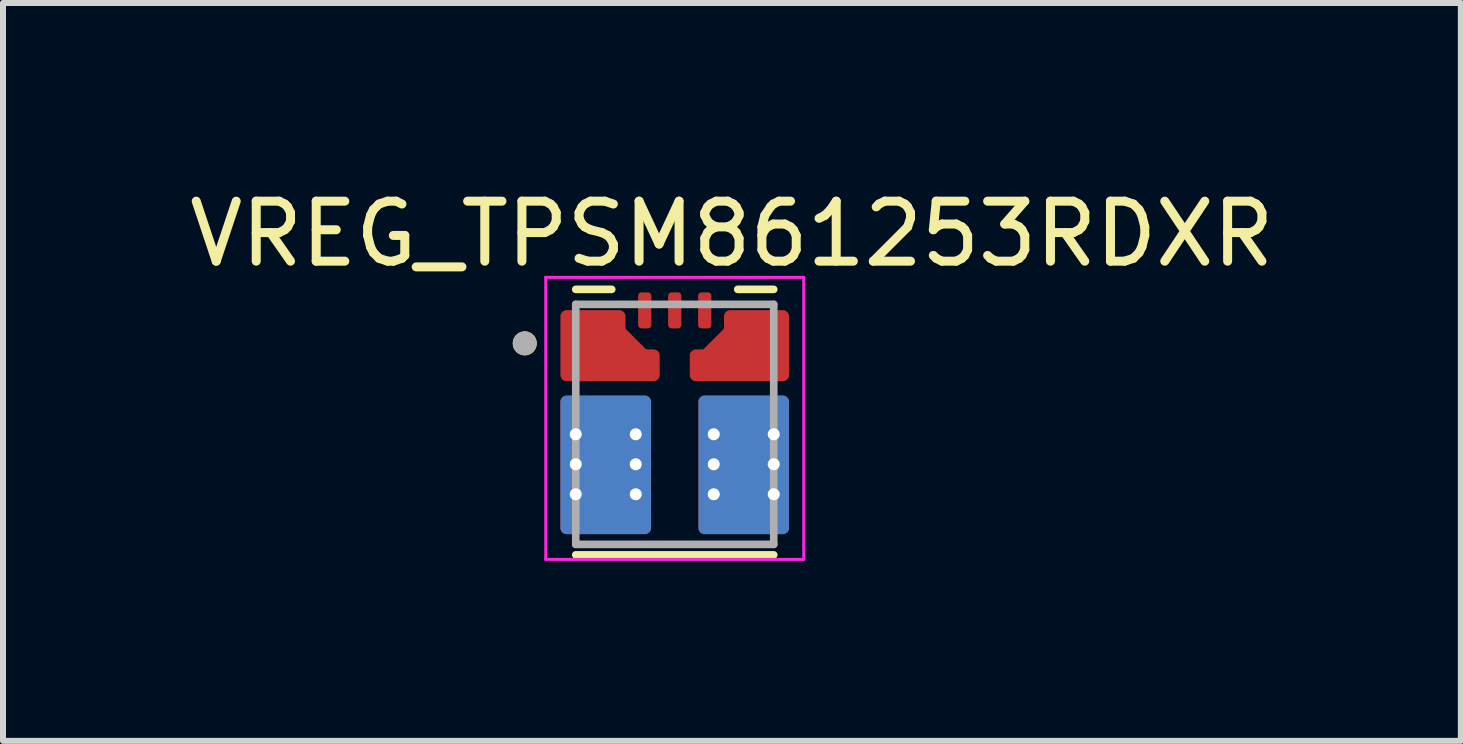
<source format=kicad_pcb>
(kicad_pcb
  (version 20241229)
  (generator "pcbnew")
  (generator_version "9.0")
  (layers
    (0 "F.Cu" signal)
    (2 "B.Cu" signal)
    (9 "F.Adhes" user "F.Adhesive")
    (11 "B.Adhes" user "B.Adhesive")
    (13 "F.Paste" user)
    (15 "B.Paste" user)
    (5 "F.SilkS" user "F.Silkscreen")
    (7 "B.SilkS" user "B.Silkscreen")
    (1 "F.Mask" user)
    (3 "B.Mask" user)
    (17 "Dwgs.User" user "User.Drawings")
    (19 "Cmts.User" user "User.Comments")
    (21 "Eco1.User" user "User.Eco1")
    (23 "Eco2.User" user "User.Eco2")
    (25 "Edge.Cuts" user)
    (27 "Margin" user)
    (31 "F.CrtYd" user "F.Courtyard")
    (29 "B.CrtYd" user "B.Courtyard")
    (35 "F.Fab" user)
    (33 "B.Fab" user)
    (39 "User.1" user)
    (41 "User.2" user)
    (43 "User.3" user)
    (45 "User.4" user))
  (footprint "VREG_TPSM861253RDXR"
    (layer "F.Cu")
    (at 8.196 4.023)
    (property "Reference" "VREG_TPSM861253RDXR" (at 0.953 -3.175 0) (layer "F.SilkS") (effects (font (size 1 1) (thickness 0.15))))
    (attr through_hole)
    (fp_poly (pts (xy -0.66 -1.65) (xy -0.66 -2.15) (xy -0.66 -2.155) (xy -0.659 -2.16) (xy -0.659 -2.166) (xy -0.658 -2.171) (xy -0.657 -2.176) (xy -0.655 -2.181) (xy -0.653 -2.186) (xy -0.651 -2.191) (xy -0.649 -2.195) (xy -0.647 -2.2) (xy -0.644 -2.204) (xy -0.641 -2.209) (xy -0.638 -2.213) (xy -0.634 -2.217) (xy -0.631 -2.221) (xy -0.627 -2.224) (xy -0.623 -2.228) (xy -0.619 -2.231) (xy -0.614 -2.234) (xy -0.61 -2.237) (xy -0.605 -2.239) (xy -0.601 -2.241) (xy -0.596 -2.243) (xy -0.591 -2.245) (xy -0.586 -2.247) (xy -0.581 -2.248) (xy -0.576 -2.249) (xy -0.57 -2.249) (xy -0.565 -2.25) (xy -0.56 -2.25) (xy -0.44 -2.25) (xy -0.435 -2.25) (xy -0.43 -2.249) (xy -0.424 -2.249) (xy -0.419 -2.248) (xy -0.414 -2.247) (xy -0.409 -2.245) (xy -0.404 -2.243) (xy -0.399 -2.241) (xy -0.395 -2.239) (xy -0.39 -2.237) (xy -0.386 -2.234) (xy -0.381 -2.231) (xy -0.377 -2.228) (xy -0.373 -2.224) (xy -0.369 -2.221) (xy -0.366 -2.217) (xy -0.362 -2.213) (xy -0.359 -2.209) (xy -0.356 -2.204) (xy -0.353 -2.2) (xy -0.351 -2.195) (xy -0.349 -2.191) (xy -0.347 -2.186) (xy -0.345 -2.181) (xy -0.343 -2.176) (xy -0.342 -2.171) (xy -0.341 -2.166) (xy -0.341 -2.16) (xy -0.34 -2.155) (xy -0.34 -2.15) (xy -0.34 -1.65) (xy -0.34 -1.645) (xy -0.341 -1.64) (xy -0.341 -1.634) (xy -0.342 -1.629) (xy -0.343 -1.624) (xy -0.345 -1.619) (xy -0.347 -1.614) (xy -0.349 -1.609) (xy -0.351 -1.605) (xy -0.353 -1.6) (xy -0.356 -1.596) (xy -0.359 -1.591) (xy -0.362 -1.587) (xy -0.366 -1.583) (xy -0.369 -1.579) (xy -0.373 -1.576) (xy -0.377 -1.572) (xy -0.381 -1.569) (xy -0.386 -1.566) (xy -0.39 -1.563) (xy -0.395 -1.561) (xy -0.399 -1.559) (xy -0.404 -1.557) (xy -0.409 -1.555) (xy -0.414 -1.553) (xy -0.419 -1.552) (xy -0.424 -1.551) (xy -0.43 -1.551) (xy -0.435 -1.55) (xy -0.44 -1.55) (xy -0.56 -1.55) (xy -0.565 -1.55) (xy -0.57 -1.551) (xy -0.576 -1.551) (xy -0.581 -1.552) (xy -0.586 -1.553) (xy -0.591 -1.555) (xy -0.596 -1.557) (xy -0.601 -1.559) (xy -0.605 -1.561) (xy -0.61 -1.563) (xy -0.614 -1.566) (xy -0.619 -1.569) (xy -0.623 -1.572) (xy -0.627 -1.576) (xy -0.631 -1.579) (xy -0.634 -1.583) (xy -0.638 -1.587) (xy -0.641 -1.591) (xy -0.644 -1.596) (xy -0.647 -1.6) (xy -0.649 -1.605) (xy -0.651 -1.609) (xy -0.653 -1.614) (xy -0.655 -1.619) (xy -0.657 -1.624) (xy -0.658 -1.629) (xy -0.659 -1.634) (xy -0.659 -1.64) (xy -0.66 -1.645) (xy -0.66 -1.65)) (stroke (width 0.01) (type solid)) (fill yes) (layer "F.Mask"))
    (fp_poly (pts (xy -0.16 -2.15) (xy -0.16 -1.65) (xy -0.16 -1.645) (xy -0.159 -1.64) (xy -0.159 -1.634) (xy -0.158 -1.629) (xy -0.157 -1.624) (xy -0.155 -1.619) (xy -0.153 -1.614) (xy -0.151 -1.609) (xy -0.149 -1.605) (xy -0.147 -1.6) (xy -0.144 -1.596) (xy -0.141 -1.591) (xy -0.138 -1.587) (xy -0.134 -1.583) (xy -0.131 -1.579) (xy -0.127 -1.576) (xy -0.123 -1.572) (xy -0.119 -1.569) (xy -0.114 -1.566) (xy -0.11 -1.563) (xy -0.105 -1.561) (xy -0.101 -1.559) (xy -0.096 -1.557) (xy -0.091 -1.555) (xy -0.086 -1.553) (xy -0.081 -1.552) (xy -0.076 -1.551) (xy -0.07 -1.551) (xy -0.065 -1.55) (xy -0.06 -1.55) (xy 0.06 -1.55) (xy 0.065 -1.55) (xy 0.07 -1.551) (xy 0.076 -1.551) (xy 0.081 -1.552) (xy 0.086 -1.553) (xy 0.091 -1.555) (xy 0.096 -1.557) (xy 0.101 -1.559) (xy 0.105 -1.561) (xy 0.11 -1.563) (xy 0.114 -1.566) (xy 0.119 -1.569) (xy 0.123 -1.572) (xy 0.127 -1.576) (xy 0.131 -1.579) (xy 0.134 -1.583) (xy 0.138 -1.587) (xy 0.141 -1.591) (xy 0.144 -1.596) (xy 0.147 -1.6) (xy 0.149 -1.605) (xy 0.151 -1.609) (xy 0.153 -1.614) (xy 0.155 -1.619) (xy 0.157 -1.624) (xy 0.158 -1.629) (xy 0.159 -1.634) (xy 0.159 -1.64) (xy 0.16 -1.645) (xy 0.16 -1.65) (xy 0.16 -2.15) (xy 0.16 -2.155) (xy 0.159 -2.16) (xy 0.159 -2.166) (xy 0.158 -2.171) (xy 0.157 -2.176) (xy 0.155 -2.181) (xy 0.153 -2.186) (xy 0.151 -2.191) (xy 0.149 -2.195) (xy 0.147 -2.2) (xy 0.144 -2.204) (xy 0.141 -2.209) (xy 0.138 -2.213) (xy 0.134 -2.217) (xy 0.131 -2.221) (xy 0.127 -2.224) (xy 0.123 -2.228) (xy 0.119 -2.231) (xy 0.114 -2.234) (xy 0.11 -2.237) (xy 0.105 -2.239) (xy 0.101 -2.241) (xy 0.096 -2.243) (xy 0.091 -2.245) (xy 0.086 -2.247) (xy 0.081 -2.248) (xy 0.076 -2.249) (xy 0.07 -2.249) (xy 0.065 -2.25) (xy 0.06 -2.25) (xy -0.06 -2.25) (xy -0.065 -2.25) (xy -0.07 -2.249) (xy -0.076 -2.249) (xy -0.081 -2.248) (xy -0.086 -2.247) (xy -0.091 -2.245) (xy -0.096 -2.243) (xy -0.101 -2.241) (xy -0.105 -2.239) (xy -0.11 -2.237) (xy -0.114 -2.234) (xy -0.119 -2.231) (xy -0.123 -2.228) (xy -0.127 -2.224) (xy -0.131 -2.221) (xy -0.134 -2.217) (xy -0.138 -2.213) (xy -0.141 -2.209) (xy -0.144 -2.204) (xy -0.147 -2.2) (xy -0.149 -2.195) (xy -0.151 -2.191) (xy -0.153 -2.186) (xy -0.155 -2.181) (xy -0.157 -2.176) (xy -0.158 -2.171) (xy -0.159 -2.166) (xy -0.159 -2.16) (xy -0.16 -2.155) (xy -0.16 -2.15)) (stroke (width 0.01) (type solid)) (fill yes) (layer "F.Mask"))
    (fp_poly (pts (xy 0.34 -1.65) (xy 0.34 -2.15) (xy 0.34 -2.155) (xy 0.341 -2.16) (xy 0.341 -2.166) (xy 0.342 -2.171) (xy 0.343 -2.176) (xy 0.345 -2.181) (xy 0.347 -2.186) (xy 0.349 -2.191) (xy 0.351 -2.195) (xy 0.353 -2.2) (xy 0.356 -2.204) (xy 0.359 -2.209) (xy 0.362 -2.213) (xy 0.366 -2.217) (xy 0.369 -2.221) (xy 0.373 -2.224) (xy 0.377 -2.228) (xy 0.381 -2.231) (xy 0.386 -2.234) (xy 0.39 -2.237) (xy 0.395 -2.239) (xy 0.399 -2.241) (xy 0.404 -2.243) (xy 0.409 -2.245) (xy 0.414 -2.247) (xy 0.419 -2.248) (xy 0.424 -2.249) (xy 0.43 -2.249) (xy 0.435 -2.25) (xy 0.44 -2.25) (xy 0.56 -2.25) (xy 0.565 -2.25) (xy 0.57 -2.249) (xy 0.576 -2.249) (xy 0.581 -2.248) (xy 0.586 -2.247) (xy 0.591 -2.245) (xy 0.596 -2.243) (xy 0.601 -2.241) (xy 0.605 -2.239) (xy 0.61 -2.237) (xy 0.614 -2.234) (xy 0.619 -2.231) (xy 0.623 -2.228) (xy 0.627 -2.224) (xy 0.631 -2.221) (xy 0.634 -2.217) (xy 0.638 -2.213) (xy 0.641 -2.209) (xy 0.644 -2.204) (xy 0.647 -2.2) (xy 0.649 -2.195) (xy 0.651 -2.191) (xy 0.653 -2.186) (xy 0.655 -2.181) (xy 0.657 -2.176) (xy 0.658 -2.171) (xy 0.659 -2.166) (xy 0.659 -2.16) (xy 0.66 -2.155) (xy 0.66 -2.15) (xy 0.66 -1.65) (xy 0.66 -1.645) (xy 0.659 -1.64) (xy 0.659 -1.634) (xy 0.658 -1.629) (xy 0.657 -1.624) (xy 0.655 -1.619) (xy 0.653 -1.614) (xy 0.651 -1.609) (xy 0.649 -1.605) (xy 0.647 -1.6) (xy 0.644 -1.596) (xy 0.641 -1.591) (xy 0.638 -1.587) (xy 0.634 -1.583) (xy 0.631 -1.579) (xy 0.627 -1.576) (xy 0.623 -1.572) (xy 0.619 -1.569) (xy 0.614 -1.566) (xy 0.61 -1.563) (xy 0.605 -1.561) (xy 0.601 -1.559) (xy 0.596 -1.557) (xy 0.591 -1.555) (xy 0.586 -1.553) (xy 0.581 -1.552) (xy 0.576 -1.551) (xy 0.57 -1.551) (xy 0.565 -1.55) (xy 0.56 -1.55) (xy 0.44 -1.55) (xy 0.435 -1.55) (xy 0.43 -1.551) (xy 0.424 -1.551) (xy 0.419 -1.552) (xy 0.414 -1.553) (xy 0.409 -1.555) (xy 0.404 -1.557) (xy 0.399 -1.559) (xy 0.395 -1.561) (xy 0.39 -1.563) (xy 0.386 -1.566) (xy 0.381 -1.569) (xy 0.377 -1.572) (xy 0.373 -1.576) (xy 0.369 -1.579) (xy 0.366 -1.583) (xy 0.362 -1.587) (xy 0.359 -1.591) (xy 0.356 -1.596) (xy 0.353 -1.6) (xy 0.351 -1.605) (xy 0.349 -1.609) (xy 0.347 -1.614) (xy 0.345 -1.619) (xy 0.343 -1.624) (xy 0.342 -1.629) (xy 0.341 -1.634) (xy 0.341 -1.64) (xy 0.34 -1.645) (xy 0.34 -1.65)) (stroke (width 0.01) (type solid)) (fill yes) (layer "F.Mask"))
    (fp_poly (pts (xy -0.305 -0.825) (xy -0.305 -1.145) (xy -0.305 -1.148) (xy -0.305 -1.15) (xy -0.306 -1.153) (xy -0.306 -1.155) (xy -0.307 -1.158) (xy -0.307 -1.16) (xy -0.308 -1.163) (xy -0.309 -1.165) (xy -0.31 -1.168) (xy -0.312 -1.17) (xy -0.313 -1.172) (xy -0.315 -1.174) (xy -0.316 -1.176) (xy -0.318 -1.178) (xy -0.32 -1.18) (xy -0.322 -1.182) (xy -0.324 -1.184) (xy -0.326 -1.185) (xy -0.328 -1.187) (xy -0.33 -1.188) (xy -0.332 -1.19) (xy -0.335 -1.191) (xy -0.337 -1.192) (xy -0.34 -1.193) (xy -0.342 -1.193) (xy -0.345 -1.194) (xy -0.347 -1.194) (xy -0.35 -1.195) (xy -0.352 -1.195) (xy -0.355 -1.195) (xy -0.477 -1.195) (xy -0.479 -1.195) (xy -0.48 -1.195) (xy -0.481 -1.195) (xy -0.483 -1.195) (xy -0.484 -1.195) (xy -0.485 -1.196) (xy -0.486 -1.196) (xy -0.488 -1.196) (xy -0.489 -1.196) (xy -0.49 -1.197) (xy -0.491 -1.197) (xy -0.493 -1.197) (xy -0.494 -1.198) (xy -0.495 -1.198) (xy -0.496 -1.199) (xy -0.498 -1.199) (xy -0.499 -1.2) (xy -0.5 -1.2) (xy -0.501 -1.201) (xy -0.502 -1.202) (xy -0.503 -1.202) (xy -0.505 -1.203) (xy -0.506 -1.204) (xy -0.507 -1.205) (xy -0.508 -1.205) (xy -0.509 -1.206) (xy -0.51 -1.207) (xy -0.511 -1.208) (xy -0.512 -1.209) (xy -0.513 -1.21) (xy -0.86 -1.557) (xy -0.861 -1.558) (xy -0.862 -1.559) (xy -0.863 -1.56) (xy -0.864 -1.561) (xy -0.865 -1.562) (xy -0.865 -1.563) (xy -0.866 -1.564) (xy -0.867 -1.565) (xy -0.868 -1.567) (xy -0.868 -1.568) (xy -0.869 -1.569) (xy -0.87 -1.57) (xy -0.87 -1.571) (xy -0.871 -1.572) (xy -0.871 -1.574) (xy -0.872 -1.575) (xy -0.872 -1.576) (xy -0.873 -1.577) (xy -0.873 -1.579) (xy -0.873 -1.58) (xy -0.874 -1.581) (xy -0.874 -1.582) (xy -0.874 -1.584) (xy -0.874 -1.585) (xy -0.875 -1.586) (xy -0.875 -1.587) (xy -0.875 -1.589) (xy -0.875 -1.59) (xy -0.875 -1.591) (xy -0.875 -1.593) (xy -0.875 -1.8) (xy -0.875 -1.803) (xy -0.875 -1.805) (xy -0.876 -1.808) (xy -0.876 -1.81) (xy -0.877 -1.813) (xy -0.877 -1.815) (xy -0.878 -1.818) (xy -0.879 -1.82) (xy -0.88 -1.823) (xy -0.882 -1.825) (xy -0.883 -1.827) (xy -0.885 -1.829) (xy -0.886 -1.831) (xy -0.888 -1.833) (xy -0.89 -1.835) (xy -0.892 -1.837) (xy -0.894 -1.839) (xy -0.896 -1.84) (xy -0.898 -1.842) (xy -0.9 -1.843) (xy -0.902 -1.845) (xy -0.905 -1.846) (xy -0.907 -1.847) (xy -0.91 -1.848) (xy -0.912 -1.848) (xy -0.915 -1.849) (xy -0.917 -1.849) (xy -0.92 -1.85) (xy -0.922 -1.85) (xy -0.925 -1.85) (xy -1.4 -1.85) (xy -1.403 -1.85) (xy -1.405 -1.85) (xy -1.408 -1.849) (xy -1.41 -1.849) (xy -1.413 -1.848) (xy -1.415 -1.848) (xy -1.418 -1.847) (xy -1.42 -1.846) (xy -1.423 -1.845) (xy -1.425 -1.843) (xy -1.427 -1.842) (xy -1.429 -1.84) (xy -1.431 -1.839) (xy -1.433 -1.837) (xy -1.435 -1.835) (xy -1.437 -1.833) (xy -1.439 -1.831) (xy -1.44 -1.829) (xy -1.442 -1.827) (xy -1.443 -1.825) (xy -1.445 -1.823) (xy -1.446 -1.82) (xy -1.447 -1.818) (xy -1.448 -1.815) (xy -1.448 -1.813) (xy -1.449 -1.81) (xy -1.449 -1.808) (xy -1.45 -1.805) (xy -1.45 -1.803) (xy -1.45 -1.8) (xy -1.45 -1.675) (xy -1.45 -1.672) (xy -1.45 -1.67) (xy -1.451 -1.667) (xy -1.451 -1.665) (xy -1.452 -1.662) (xy -1.452 -1.66) (xy -1.453 -1.657) (xy -1.454 -1.655) (xy -1.455 -1.652) (xy -1.457 -1.65) (xy -1.458 -1.648) (xy -1.46 -1.646) (xy -1.461 -1.644) (xy -1.463 -1.642) (xy -1.465 -1.64) (xy -1.467 -1.638) (xy -1.469 -1.636) (xy -1.471 -1.635) (xy -1.473 -1.633) (xy -1.475 -1.632) (xy -1.477 -1.63) (xy -1.48 -1.629) (xy -1.482 -1.628) (xy -1.485 -1.627) (xy -1.487 -1.627) (xy -1.49 -1.626) (xy -1.492 -1.626) (xy -1.495 -1.625) (xy -1.497 -1.625) (xy -1.5 -1.625) (xy -1.8 -1.625) (xy -1.803 -1.625) (xy -1.805 -1.625) (xy -1.808 -1.624) (xy -1.81 -1.624) (xy -1.813 -1.623) (xy -1.815 -1.623) (xy -1.818 -1.622) (xy -1.82 -1.621) (xy -1.823 -1.62) (xy -1.825 -1.618) (xy -1.827 -1.617) (xy -1.829 -1.615) (xy -1.831 -1.614) (xy -1.833 -1.612) (xy -1.835 -1.61) (xy -1.837 -1.608) (xy -1.839 -1.606) (xy -1.84 -1.604) (xy -1.842 -1.602) (xy -1.843 -1.6) (xy -1.845 -1.598) (xy -1.846 -1.595) (xy -1.847 -1.593) (xy -1.848 -1.59) (xy -1.848 -1.588) (xy -1.849 -1.585) (xy -1.849 -1.583) (xy -1.85 -1.58) (xy -1.85 -1.578) (xy -1.85 -1.575) (xy -1.85 -1.425) (xy -1.85 -1.422) (xy -1.85 -1.42) (xy -1.849 -1.417) (xy -1.849 -1.415) (xy -1.848 -1.412) (xy -1.848 -1.41) (xy -1.847 -1.407) (xy -1.846 -1.405) (xy -1.845 -1.402) (xy -1.843 -1.4) (xy -1.842 -1.398) (xy -1.84 -1.396) (xy -1.839 -1.394) (xy -1.837 -1.392) (xy -1.835 -1.39) (xy -1.833 -1.388) (xy -1.831 -1.386) (xy -1.829 -1.385) (xy -1.827 -1.383) (xy -1.825 -1.382) (xy -1.823 -1.38) (xy -1.82 -1.379) (xy -1.818 -1.378) (xy -1.815 -1.377) (xy -1.813 -1.377) (xy -1.81 -1.376) (xy -1.808 -1.376) (xy -1.805 -1.375) (xy -1.803 -1.375) (xy -1.8 -1.375) (xy -1.5 -1.375) (xy -1.497 -1.375) (xy -1.495 -1.375) (xy -1.492 -1.374) (xy -1.49 -1.374) (xy -1.487 -1.373) (xy -1.485 -1.373) (xy -1.482 -1.372) (xy -1.48 -1.371) (xy -1.477 -1.37) (xy -1.475 -1.368) (xy -1.473 -1.367) (xy -1.471 -1.365) (xy -1.469 -1.364) (xy -1.467 -1.362) (xy -1.465 -1.36) (xy -1.463 -1.358) (xy -1.461 -1.356) (xy -1.46 -1.354) (xy -1.458 -1.352) (xy -1.457 -1.35) (xy -1.455 -1.348) (xy -1.454 -1.345) (xy -1.453 -1.343) (xy -1.452 -1.34) (xy -1.452 -1.338) (xy -1.451 -1.335) (xy -1.451 -1.333) (xy -1.45 -1.33) (xy -1.45 -1.328) (xy -1.45 -1.325) (xy -1.45 -1.175) (xy -1.45 -1.172) (xy -1.45 -1.17) (xy -1.451 -1.167) (xy -1.451 -1.165) (xy -1.452 -1.162) (xy -1.452 -1.16) (xy -1.453 -1.157) (xy -1.454 -1.155) (xy -1.455 -1.152) (xy -1.457 -1.15) (xy -1.458 -1.148) (xy -1.46 -1.146) (xy -1.461 -1.144) (xy -1.463 -1.142) (xy -1.465 -1.14) (xy -1.467 -1.138) (xy -1.469 -1.136) (xy -1.471 -1.135) (xy -1.473 -1.133) (xy -1.475 -1.132) (xy -1.477 -1.13) (xy -1.48 -1.129) (xy -1.482 -1.128) (xy -1.485 -1.127) (xy -1.487 -1.127) (xy -1.49 -1.126) (xy -1.492 -1.126) (xy -1.495 -1.125) (xy -1.497 -1.125) (xy -1.5 -1.125) (xy -1.8 -1.125) (xy -1.803 -1.125) (xy -1.805 -1.125) (xy -1.808 -1.124) (xy -1.81 -1.124) (xy -1.813 -1.123) (xy -1.815 -1.123) (xy -1.818 -1.122) (xy -1.82 -1.121) (xy -1.823 -1.12) (xy -1.825 -1.118) (xy -1.827 -1.117) (xy -1.829 -1.115) (xy -1.831 -1.114) (xy -1.833 -1.112) (xy -1.835 -1.11) (xy -1.837 -1.108) (xy -1.839 -1.106) (xy -1.84 -1.104) (xy -1.842 -1.102) (xy -1.843 -1.1) (xy -1.845 -1.098) (xy -1.846 -1.095) (xy -1.847 -1.093) (xy -1.848 -1.09) (xy -1.848 -1.088) (xy -1.849 -1.085) (xy -1.849 -1.083) (xy -1.85 -1.08) (xy -1.85 -1.078) (xy -1.85 -1.075) (xy -1.85 -0.925) (xy -1.85 -0.922) (xy -1.85 -0.92) (xy -1.849 -0.917) (xy -1.849 -0.915) (xy -1.848 -0.912) (xy -1.848 -0.91) (xy -1.847 -0.907) (xy -1.846 -0.905) (xy -1.845 -0.902) (xy -1.843 -0.9) (xy -1.842 -0.898) (xy -1.84 -0.896) (xy -1.839 -0.894) (xy -1.837 -0.892) (xy -1.835 -0.89) (xy -1.833 -0.888) (xy -1.831 -0.886) (xy -1.829 -0.885) (xy -1.827 -0.883) (xy -1.825 -0.882) (xy -1.823 -0.88) (xy -1.82 -0.879) (xy -1.818 -0.878) (xy -1.815 -0.877) (xy -1.813 -0.877) (xy -1.81 -0.876) (xy -1.808 -0.876) (xy -1.805 -0.875) (xy -1.803 -0.875) (xy -1.8 -0.875) (xy -1.5 -0.875) (xy -1.497 -0.875) (xy -1.495 -0.875) (xy -1.492 -0.874) (xy -1.49 -0.874) (xy -1.487 -0.873) (xy -1.485 -0.873) (xy -1.482 -0.872) (xy -1.48 -0.871) (xy -1.477 -0.87) (xy -1.475 -0.868) (xy -1.473 -0.867) (xy -1.471 -0.865) (xy -1.469 -0.864) (xy -1.467 -0.862) (xy -1.465 -0.86) (xy -1.463 -0.858) (xy -1.461 -0.856) (xy -1.46 -0.854) (xy -1.458 -0.852) (xy -1.457 -0.85) (xy -1.455 -0.848) (xy -1.454 -0.845) (xy -1.453 -0.843) (xy -1.452 -0.84) (xy -1.452 -0.838) (xy -1.451 -0.835) (xy -1.451 -0.833) (xy -1.45 -0.83) (xy -1.45 -0.828) (xy -1.45 -0.825) (xy -1.45 -0.822) (xy -1.45 -0.82) (xy -1.449 -0.817) (xy -1.449 -0.815) (xy -1.448 -0.812) (xy -1.448 -0.81) (xy -1.447 -0.807) (xy -1.446 -0.805) (xy -1.445 -0.802) (xy -1.443 -0.8) (xy -1.442 -0.798) (xy -1.44 -0.796) (xy -1.439 -0.794) (xy -1.437 -0.792) (xy -1.435 -0.79) (xy -1.433 -0.788) (xy -1.431 -0.786) (xy -1.429 -0.785) (xy -1.427 -0.783) (xy -1.425 -0.782) (xy -1.423 -0.78) (xy -1.42 -0.779) (xy -1.418 -0.778) (xy -1.415 -0.777) (xy -1.413 -0.777) (xy -1.41 -0.776) (xy -1.408 -0.776) (xy -1.405 -0.775) (xy -1.403 -0.775) (xy -1.4 -0.775) (xy -0.355 -0.775) (xy -0.352 -0.775) (xy -0.35 -0.775) (xy -0.347 -0.776) (xy -0.345 -0.776) (xy -0.342 -0.777) (xy -0.34 -0.777) (xy -0.337 -0.778) (xy -0.335 -0.779) (xy -0.332 -0.78) (xy -0.33 -0.782) (xy -0.328 -0.783) (xy -0.326 -0.785) (xy -0.324 -0.786) (xy -0.322 -0.788) (xy -0.32 -0.79) (xy -0.318 -0.792) (xy -0.316 -0.794) (xy -0.315 -0.796) (xy -0.313 -0.798) (xy -0.312 -0.8) (xy -0.31 -0.802) (xy -0.309 -0.805) (xy -0.308 -0.807) (xy -0.307 -0.81) (xy -0.307 -0.812) (xy -0.306 -0.815) (xy -0.306 -0.817) (xy -0.305 -0.82) (xy -0.305 -0.822) (xy -0.305 -0.825)) (stroke (width 0.01) (type solid)) (fill yes) (layer "F.Mask"))
    (fp_poly (pts (xy 0.305 -0.825) (xy 0.305 -1.145) (xy 0.305 -1.148) (xy 0.305 -1.15) (xy 0.306 -1.153) (xy 0.306 -1.155) (xy 0.307 -1.158) (xy 0.307 -1.16) (xy 0.308 -1.163) (xy 0.309 -1.165) (xy 0.31 -1.168) (xy 0.312 -1.17) (xy 0.313 -1.172) (xy 0.315 -1.174) (xy 0.316 -1.176) (xy 0.318 -1.178) (xy 0.32 -1.18) (xy 0.322 -1.182) (xy 0.324 -1.184) (xy 0.326 -1.185) (xy 0.328 -1.187) (xy 0.33 -1.188) (xy 0.332 -1.19) (xy 0.335 -1.191) (xy 0.337 -1.192) (xy 0.34 -1.193) (xy 0.342 -1.193) (xy 0.345 -1.194) (xy 0.347 -1.194) (xy 0.35 -1.195) (xy 0.352 -1.195) (xy 0.355 -1.195) (xy 0.477 -1.195) (xy 0.479 -1.195) (xy 0.48 -1.195) (xy 0.481 -1.195) (xy 0.483 -1.195) (xy 0.484 -1.195) (xy 0.485 -1.196) (xy 0.486 -1.196) (xy 0.488 -1.196) (xy 0.489 -1.196) (xy 0.49 -1.197) (xy 0.491 -1.197) (xy 0.493 -1.197) (xy 0.494 -1.198) (xy 0.495 -1.198) (xy 0.496 -1.199) (xy 0.498 -1.199) (xy 0.499 -1.2) (xy 0.5 -1.2) (xy 0.501 -1.201) (xy 0.502 -1.202) (xy 0.503 -1.202) (xy 0.505 -1.203) (xy 0.506 -1.204) (xy 0.507 -1.205) (xy 0.508 -1.205) (xy 0.509 -1.206) (xy 0.51 -1.207) (xy 0.511 -1.208) (xy 0.512 -1.209) (xy 0.513 -1.21) (xy 0.86 -1.557) (xy 0.861 -1.558) (xy 0.862 -1.559) (xy 0.863 -1.56) (xy 0.864 -1.561) (xy 0.865 -1.562) (xy 0.865 -1.563) (xy 0.866 -1.564) (xy 0.867 -1.565) (xy 0.868 -1.567) (xy 0.868 -1.568) (xy 0.869 -1.569) (xy 0.87 -1.57) (xy 0.87 -1.571) (xy 0.871 -1.572) (xy 0.871 -1.574) (xy 0.872 -1.575) (xy 0.872 -1.576) (xy 0.873 -1.577) (xy 0.873 -1.579) (xy 0.873 -1.58) (xy 0.874 -1.581) (xy 0.874 -1.582) (xy 0.874 -1.584) (xy 0.874 -1.585) (xy 0.875 -1.586) (xy 0.875 -1.587) (xy 0.875 -1.589) (xy 0.875 -1.59) (xy 0.875 -1.591) (xy 0.875 -1.593) (xy 0.875 -1.8) (xy 0.875 -1.803) (xy 0.875 -1.805) (xy 0.876 -1.808) (xy 0.876 -1.81) (xy 0.877 -1.813) (xy 0.877 -1.815) (xy 0.878 -1.818) (xy 0.879 -1.82) (xy 0.88 -1.823) (xy 0.882 -1.825) (xy 0.883 -1.827) (xy 0.885 -1.829) (xy 0.886 -1.831) (xy 0.888 -1.833) (xy 0.89 -1.835) (xy 0.892 -1.837) (xy 0.894 -1.839) (xy 0.896 -1.84) (xy 0.898 -1.842) (xy 0.9 -1.843) (xy 0.902 -1.845) (xy 0.905 -1.846) (xy 0.907 -1.847) (xy 0.91 -1.848) (xy 0.912 -1.848) (xy 0.915 -1.849) (xy 0.917 -1.849) (xy 0.92 -1.85) (xy 0.922 -1.85) (xy 0.925 -1.85) (xy 1.4 -1.85) (xy 1.403 -1.85) (xy 1.405 -1.85) (xy 1.408 -1.849) (xy 1.41 -1.849) (xy 1.413 -1.848) (xy 1.415 -1.848) (xy 1.418 -1.847) (xy 1.42 -1.846) (xy 1.423 -1.845) (xy 1.425 -1.843) (xy 1.427 -1.842) (xy 1.429 -1.84) (xy 1.431 -1.839) (xy 1.433 -1.837) (xy 1.435 -1.835) (xy 1.437 -1.833) (xy 1.439 -1.831) (xy 1.44 -1.829) (xy 1.442 -1.827) (xy 1.443 -1.825) (xy 1.445 -1.823) (xy 1.446 -1.82) (xy 1.447 -1.818) (xy 1.448 -1.815) (xy 1.448 -1.813) (xy 1.449 -1.81) (xy 1.449 -1.808) (xy 1.45 -1.805) (xy 1.45 -1.803) (xy 1.45 -1.8) (xy 1.45 -1.675) (xy 1.45 -1.672) (xy 1.45 -1.67) (xy 1.451 -1.667) (xy 1.451 -1.665) (xy 1.452 -1.662) (xy 1.452 -1.66) (xy 1.453 -1.657) (xy 1.454 -1.655) (xy 1.455 -1.652) (xy 1.457 -1.65) (xy 1.458 -1.648) (xy 1.46 -1.646) (xy 1.461 -1.644) (xy 1.463 -1.642) (xy 1.465 -1.64) (xy 1.467 -1.638) (xy 1.469 -1.636) (xy 1.471 -1.635) (xy 1.473 -1.633) (xy 1.475 -1.632) (xy 1.477 -1.63) (xy 1.48 -1.629) (xy 1.482 -1.628) (xy 1.485 -1.627) (xy 1.487 -1.627) (xy 1.49 -1.626) (xy 1.492 -1.626) (xy 1.495 -1.625) (xy 1.497 -1.625) (xy 1.5 -1.625) (xy 1.8 -1.625) (xy 1.803 -1.625) (xy 1.805 -1.625) (xy 1.808 -1.624) (xy 1.81 -1.624) (xy 1.813 -1.623) (xy 1.815 -1.623) (xy 1.818 -1.622) (xy 1.82 -1.621) (xy 1.823 -1.62) (xy 1.825 -1.618) (xy 1.827 -1.617) (xy 1.829 -1.615) (xy 1.831 -1.614) (xy 1.833 -1.612) (xy 1.835 -1.61) (xy 1.837 -1.608) (xy 1.839 -1.606) (xy 1.84 -1.604) (xy 1.842 -1.602) (xy 1.843 -1.6) (xy 1.845 -1.598) (xy 1.846 -1.595) (xy 1.847 -1.593) (xy 1.848 -1.59) (xy 1.848 -1.588) (xy 1.849 -1.585) (xy 1.849 -1.583) (xy 1.85 -1.58) (xy 1.85 -1.578) (xy 1.85 -1.575) (xy 1.85 -1.425) (xy 1.85 -1.422) (xy 1.85 -1.42) (xy 1.849 -1.417) (xy 1.849 -1.415) (xy 1.848 -1.412) (xy 1.848 -1.41) (xy 1.847 -1.407) (xy 1.846 -1.405) (xy 1.845 -1.402) (xy 1.843 -1.4) (xy 1.842 -1.398) (xy 1.84 -1.396) (xy 1.839 -1.394) (xy 1.837 -1.392) (xy 1.835 -1.39) (xy 1.833 -1.388) (xy 1.831 -1.386) (xy 1.829 -1.385) (xy 1.827 -1.383) (xy 1.825 -1.382) (xy 1.823 -1.38) (xy 1.82 -1.379) (xy 1.818 -1.378) (xy 1.815 -1.377) (xy 1.813 -1.377) (xy 1.81 -1.376) (xy 1.808 -1.376) (xy 1.805 -1.375) (xy 1.803 -1.375) (xy 1.8 -1.375) (xy 1.5 -1.375) (xy 1.497 -1.375) (xy 1.495 -1.375) (xy 1.492 -1.374) (xy 1.49 -1.374) (xy 1.487 -1.373) (xy 1.485 -1.373) (xy 1.482 -1.372) (xy 1.48 -1.371) (xy 1.477 -1.37) (xy 1.475 -1.368) (xy 1.473 -1.367) (xy 1.471 -1.365) (xy 1.469 -1.364) (xy 1.467 -1.362) (xy 1.465 -1.36) (xy 1.463 -1.358) (xy 1.461 -1.356) (xy 1.46 -1.354) (xy 1.458 -1.352) (xy 1.457 -1.35) (xy 1.455 -1.348) (xy 1.454 -1.345) (xy 1.453 -1.343) (xy 1.452 -1.34) (xy 1.452 -1.338) (xy 1.451 -1.335) (xy 1.451 -1.333) (xy 1.45 -1.33) (xy 1.45 -1.328) (xy 1.45 -1.325) (xy 1.45 -1.175) (xy 1.45 -1.172) (xy 1.45 -1.17) (xy 1.451 -1.167) (xy 1.451 -1.165) (xy 1.452 -1.162) (xy 1.452 -1.16) (xy 1.453 -1.157) (xy 1.454 -1.155) (xy 1.455 -1.152) (xy 1.457 -1.15) (xy 1.458 -1.148) (xy 1.46 -1.146) (xy 1.461 -1.144) (xy 1.463 -1.142) (xy 1.465 -1.14) (xy 1.467 -1.138) (xy 1.469 -1.136) (xy 1.471 -1.135) (xy 1.473 -1.133) (xy 1.475 -1.132) (xy 1.477 -1.13) (xy 1.48 -1.129) (xy 1.482 -1.128) (xy 1.485 -1.127) (xy 1.487 -1.127) (xy 1.49 -1.126) (xy 1.492 -1.126) (xy 1.495 -1.125) (xy 1.497 -1.125) (xy 1.5 -1.125) (xy 1.8 -1.125) (xy 1.803 -1.125) (xy 1.805 -1.125) (xy 1.808 -1.124) (xy 1.81 -1.124) (xy 1.813 -1.123) (xy 1.815 -1.123) (xy 1.818 -1.122) (xy 1.82 -1.121) (xy 1.823 -1.12) (xy 1.825 -1.118) (xy 1.827 -1.117) (xy 1.829 -1.115) (xy 1.831 -1.114) (xy 1.833 -1.112) (xy 1.835 -1.11) (xy 1.837 -1.108) (xy 1.839 -1.106) (xy 1.84 -1.104) (xy 1.842 -1.102) (xy 1.843 -1.1) (xy 1.845 -1.098) (xy 1.846 -1.095) (xy 1.847 -1.093) (xy 1.848 -1.09) (xy 1.848 -1.088) (xy 1.849 -1.085) (xy 1.849 -1.083) (xy 1.85 -1.08) (xy 1.85 -1.078) (xy 1.85 -1.075) (xy 1.85 -0.925) (xy 1.85 -0.922) (xy 1.85 -0.92) (xy 1.849 -0.917) (xy 1.849 -0.915) (xy 1.848 -0.912) (xy 1.848 -0.91) (xy 1.847 -0.907) (xy 1.846 -0.905) (xy 1.845 -0.902) (xy 1.843 -0.9) (xy 1.842 -0.898) (xy 1.84 -0.896) (xy 1.839 -0.894) (xy 1.837 -0.892) (xy 1.835 -0.89) (xy 1.833 -0.888) (xy 1.831 -0.886) (xy 1.829 -0.885) (xy 1.827 -0.883) (xy 1.825 -0.882) (xy 1.823 -0.88) (xy 1.82 -0.879) (xy 1.818 -0.878) (xy 1.815 -0.877) (xy 1.813 -0.877) (xy 1.81 -0.876) (xy 1.808 -0.876) (xy 1.805 -0.875) (xy 1.803 -0.875) (xy 1.8 -0.875) (xy 1.5 -0.875) (xy 1.497 -0.875) (xy 1.495 -0.875) (xy 1.492 -0.874) (xy 1.49 -0.874) (xy 1.487 -0.873) (xy 1.485 -0.873) (xy 1.482 -0.872) (xy 1.48 -0.871) (xy 1.477 -0.87) (xy 1.475 -0.868) (xy 1.473 -0.867) (xy 1.471 -0.865) (xy 1.469 -0.864) (xy 1.467 -0.862) (xy 1.465 -0.86) (xy 1.463 -0.858) (xy 1.461 -0.856) (xy 1.46 -0.854) (xy 1.458 -0.852) (xy 1.457 -0.85) (xy 1.455 -0.848) (xy 1.454 -0.845) (xy 1.453 -0.843) (xy 1.452 -0.84) (xy 1.452 -0.838) (xy 1.451 -0.835) (xy 1.451 -0.833) (xy 1.45 -0.83) (xy 1.45 -0.828) (xy 1.45 -0.825) (xy 1.45 -0.822) (xy 1.45 -0.82) (xy 1.449 -0.817) (xy 1.449 -0.815) (xy 1.448 -0.812) (xy 1.448 -0.81) (xy 1.447 -0.807) (xy 1.446 -0.805) (xy 1.445 -0.802) (xy 1.443 -0.8) (xy 1.442 -0.798) (xy 1.44 -0.796) (xy 1.439 -0.794) (xy 1.437 -0.792) (xy 1.435 -0.79) (xy 1.433 -0.788) (xy 1.431 -0.786) (xy 1.429 -0.785) (xy 1.427 -0.783) (xy 1.425 -0.782) (xy 1.423 -0.78) (xy 1.42 -0.779) (xy 1.418 -0.778) (xy 1.415 -0.777) (xy 1.413 -0.777) (xy 1.41 -0.776) (xy 1.408 -0.776) (xy 1.405 -0.775) (xy 1.403 -0.775) (xy 1.4 -0.775) (xy 0.355 -0.775) (xy 0.352 -0.775) (xy 0.35 -0.775) (xy 0.347 -0.776) (xy 0.345 -0.776) (xy 0.342 -0.777) (xy 0.34 -0.777) (xy 0.337 -0.778) (xy 0.335 -0.779) (xy 0.332 -0.78) (xy 0.33 -0.782) (xy 0.328 -0.783) (xy 0.326 -0.785) (xy 0.324 -0.786) (xy 0.322 -0.788) (xy 0.32 -0.79) (xy 0.318 -0.792) (xy 0.316 -0.794) (xy 0.315 -0.796) (xy 0.313 -0.798) (xy 0.312 -0.8) (xy 0.31 -0.802) (xy 0.309 -0.805) (xy 0.308 -0.807) (xy 0.307 -0.81) (xy 0.307 -0.812) (xy 0.306 -0.815) (xy 0.306 -0.817) (xy 0.305 -0.82) (xy 0.305 -0.822) (xy 0.305 -0.825)) (stroke (width 0.01) (type solid)) (fill yes) (layer "F.Mask"))
    (fp_poly (pts (xy -1.85 1.34) (xy -1.85 1.49) (xy -1.85 1.493) (xy -1.85 1.495) (xy -1.849 1.498) (xy -1.849 1.5) (xy -1.848 1.503) (xy -1.848 1.505) (xy -1.847 1.508) (xy -1.846 1.51) (xy -1.845 1.513) (xy -1.843 1.515) (xy -1.842 1.517) (xy -1.84 1.519) (xy -1.839 1.521) (xy -1.837 1.523) (xy -1.835 1.525) (xy -1.833 1.527) (xy -1.831 1.529) (xy -1.829 1.53) (xy -1.827 1.532) (xy -1.825 1.533) (xy -1.823 1.535) (xy -1.82 1.536) (xy -1.818 1.537) (xy -1.815 1.538) (xy -1.813 1.538) (xy -1.81 1.539) (xy -1.808 1.539) (xy -1.805 1.54) (xy -1.803 1.54) (xy -1.8 1.54) (xy -1.5 1.54) (xy -1.497 1.54) (xy -1.495 1.54) (xy -1.492 1.541) (xy -1.49 1.541) (xy -1.487 1.542) (xy -1.485 1.542) (xy -1.482 1.543) (xy -1.48 1.544) (xy -1.477 1.545) (xy -1.475 1.547) (xy -1.473 1.548) (xy -1.471 1.55) (xy -1.469 1.551) (xy -1.467 1.553) (xy -1.465 1.555) (xy -1.463 1.557) (xy -1.461 1.559) (xy -1.46 1.561) (xy -1.458 1.563) (xy -1.457 1.565) (xy -1.455 1.567) (xy -1.454 1.57) (xy -1.453 1.572) (xy -1.452 1.575) (xy -1.452 1.577) (xy -1.451 1.58) (xy -1.451 1.582) (xy -1.45 1.585) (xy -1.45 1.587) (xy -1.45 1.59) (xy -1.45 1.725) (xy -1.45 1.728) (xy -1.45 1.73) (xy -1.449 1.733) (xy -1.449 1.735) (xy -1.448 1.738) (xy -1.448 1.74) (xy -1.447 1.743) (xy -1.446 1.745) (xy -1.445 1.748) (xy -1.443 1.75) (xy -1.442 1.752) (xy -1.44 1.754) (xy -1.439 1.756) (xy -1.437 1.758) (xy -1.435 1.76) (xy -1.433 1.762) (xy -1.431 1.764) (xy -1.429 1.765) (xy -1.427 1.767) (xy -1.425 1.768) (xy -1.423 1.77) (xy -1.42 1.771) (xy -1.418 1.772) (xy -1.415 1.773) (xy -1.413 1.773) (xy -1.41 1.774) (xy -1.408 1.774) (xy -1.405 1.775) (xy -1.403 1.775) (xy -1.4 1.775) (xy -0.5 1.775) (xy -0.497 1.775) (xy -0.495 1.775) (xy -0.492 1.774) (xy -0.49 1.774) (xy -0.487 1.773) (xy -0.485 1.773) (xy -0.482 1.772) (xy -0.48 1.771) (xy -0.477 1.77) (xy -0.475 1.768) (xy -0.473 1.767) (xy -0.471 1.765) (xy -0.469 1.764) (xy -0.467 1.762) (xy -0.465 1.76) (xy -0.463 1.758) (xy -0.461 1.756) (xy -0.46 1.754) (xy -0.458 1.752) (xy -0.457 1.75) (xy -0.455 1.748) (xy -0.454 1.745) (xy -0.453 1.743) (xy -0.452 1.74) (xy -0.452 1.738) (xy -0.451 1.735) (xy -0.451 1.733) (xy -0.45 1.73) (xy -0.45 1.728) (xy -0.45 1.725) (xy -0.45 -0.375) (xy -0.45 -0.378) (xy -0.45 -0.38) (xy -0.451 -0.383) (xy -0.451 -0.385) (xy -0.452 -0.388) (xy -0.452 -0.39) (xy -0.453 -0.393) (xy -0.454 -0.395) (xy -0.455 -0.398) (xy -0.457 -0.4) (xy -0.458 -0.402) (xy -0.46 -0.404) (xy -0.461 -0.406) (xy -0.463 -0.408) (xy -0.465 -0.41) (xy -0.467 -0.412) (xy -0.469 -0.414) (xy -0.471 -0.415) (xy -0.473 -0.417) (xy -0.475 -0.418) (xy -0.477 -0.42) (xy -0.48 -0.421) (xy -0.482 -0.422) (xy -0.485 -0.423) (xy -0.487 -0.423) (xy -0.49 -0.424) (xy -0.492 -0.424) (xy -0.495 -0.425) (xy -0.497 -0.425) (xy -0.5 -0.425) (xy -1.4 -0.425) (xy -1.403 -0.425) (xy -1.405 -0.425) (xy -1.408 -0.424) (xy -1.41 -0.424) (xy -1.413 -0.423) (xy -1.415 -0.423) (xy -1.418 -0.422) (xy -1.42 -0.421) (xy -1.423 -0.42) (xy -1.425 -0.418) (xy -1.427 -0.417) (xy -1.429 -0.415) (xy -1.431 -0.414) (xy -1.433 -0.412) (xy -1.435 -0.41) (xy -1.437 -0.408) (xy -1.439 -0.406) (xy -1.44 -0.404) (xy -1.442 -0.402) (xy -1.443 -0.4) (xy -1.445 -0.398) (xy -1.446 -0.395) (xy -1.447 -0.393) (xy -1.448 -0.39) (xy -1.448 -0.388) (xy -1.449 -0.385) (xy -1.449 -0.383) (xy -1.45 -0.38) (xy -1.45 -0.378) (xy -1.45 -0.375) (xy -1.45 -0.26) (xy -1.45 -0.257) (xy -1.45 -0.255) (xy -1.451 -0.252) (xy -1.451 -0.25) (xy -1.452 -0.247) (xy -1.452 -0.245) (xy -1.453 -0.242) (xy -1.454 -0.24) (xy -1.455 -0.237) (xy -1.457 -0.235) (xy -1.458 -0.233) (xy -1.46 -0.231) (xy -1.461 -0.229) (xy -1.463 -0.227) (xy -1.465 -0.225) (xy -1.467 -0.223) (xy -1.469 -0.221) (xy -1.471 -0.22) (xy -1.473 -0.218) (xy -1.475 -0.217) (xy -1.477 -0.215) (xy -1.48 -0.214) (xy -1.482 -0.213) (xy -1.485 -0.212) (xy -1.487 -0.212) (xy -1.49 -0.211) (xy -1.492 -0.211) (xy -1.495 -0.21) (xy -1.497 -0.21) (xy -1.5 -0.21) (xy -1.8 -0.21) (xy -1.803 -0.21) (xy -1.805 -0.21) (xy -1.808 -0.209) (xy -1.81 -0.209) (xy -1.813 -0.208) (xy -1.815 -0.208) (xy -1.818 -0.207) (xy -1.82 -0.206) (xy -1.823 -0.205) (xy -1.825 -0.203) (xy -1.827 -0.202) (xy -1.829 -0.2) (xy -1.831 -0.199) (xy -1.833 -0.197) (xy -1.835 -0.195) (xy -1.837 -0.193) (xy -1.839 -0.191) (xy -1.84 -0.189) (xy -1.842 -0.187) (xy -1.843 -0.185) (xy -1.845 -0.183) (xy -1.846 -0.18) (xy -1.847 -0.178) (xy -1.848 -0.175) (xy -1.848 -0.173) (xy -1.849 -0.17) (xy -1.849 -0.168) (xy -1.85 -0.165) (xy -1.85 -0.163) (xy -1.85 -0.16) (xy -1.85 -0.01) (xy -1.85 -0.007) (xy -1.85 -0.005) (xy -1.849 -0.002) (xy -1.849 0) (xy -1.848 0.003) (xy -1.848 0.005) (xy -1.847 0.008) (xy -1.846 0.01) (xy -1.845 0.013) (xy -1.843 0.015) (xy -1.842 0.017) (xy -1.84 0.019) (xy -1.839 0.021) (xy -1.837 0.023) (xy -1.835 0.025) (xy -1.833 0.027) (xy -1.831 0.029) (xy -1.829 0.03) (xy -1.827 0.032) (xy -1.825 0.033) (xy -1.823 0.035) (xy -1.82 0.036) (xy -1.818 0.037) (xy -1.815 0.038) (xy -1.813 0.038) (xy -1.81 0.039) (xy -1.808 0.039) (xy -1.805 0.04) (xy -1.803 0.04) (xy -1.8 0.04) (xy -1.5 0.04) (xy -1.497 0.04) (xy -1.495 0.04) (xy -1.492 0.041) (xy -1.49 0.041) (xy -1.487 0.042) (xy -1.485 0.042) (xy -1.482 0.043) (xy -1.48 0.044) (xy -1.477 0.045) (xy -1.475 0.047) (xy -1.473 0.048) (xy -1.471 0.05) (xy -1.469 0.051) (xy -1.467 0.053) (xy -1.465 0.055) (xy -1.463 0.057) (xy -1.461 0.059) (xy -1.46 0.061) (xy -1.458 0.063) (xy -1.457 0.065) (xy -1.455 0.067) (xy -1.454 0.07) (xy -1.453 0.072) (xy -1.452 0.075) (xy -1.452 0.077) (xy -1.451 0.08) (xy -1.451 0.082) (xy -1.45 0.085) (xy -1.45 0.087) (xy -1.45 0.09) (xy -1.45 0.24) (xy -1.45 0.243) (xy -1.45 0.245) (xy -1.451 0.248) (xy -1.451 0.25) (xy -1.452 0.253) (xy -1.452 0.255) (xy -1.453 0.258) (xy -1.454 0.26) (xy -1.455 0.263) (xy -1.457 0.265) (xy -1.458 0.267) (xy -1.46 0.269) (xy -1.461 0.271) (xy -1.463 0.273) (xy -1.465 0.275) (xy -1.467 0.277) (xy -1.469 0.279) (xy -1.471 0.28) (xy -1.473 0.282) (xy -1.475 0.283) (xy -1.477 0.285) (xy -1.48 0.286) (xy -1.482 0.287) (xy -1.485 0.288) (xy -1.487 0.288) (xy -1.49 0.289) (xy -1.492 0.289) (xy -1.495 0.29) (xy -1.497 0.29) (xy -1.5 0.29) (xy -1.8 0.29) (xy -1.803 0.29) (xy -1.805 0.29) (xy -1.808 0.291) (xy -1.81 0.291) (xy -1.813 0.292) (xy -1.815 0.292) (xy -1.818 0.293) (xy -1.82 0.294) (xy -1.823 0.295) (xy -1.825 0.297) (xy -1.827 0.298) (xy -1.829 0.3) (xy -1.831 0.301) (xy -1.833 0.303) (xy -1.835 0.305) (xy -1.837 0.307) (xy -1.839 0.309) (xy -1.84 0.311) (xy -1.842 0.313) (xy -1.843 0.315) (xy -1.845 0.317) (xy -1.846 0.32) (xy -1.847 0.322) (xy -1.848 0.325) (xy -1.848 0.327) (xy -1.849 0.33) (xy -1.849 0.332) (xy -1.85 0.335) (xy -1.85 0.337) (xy -1.85 0.34) (xy -1.85 0.49) (xy -1.85 0.493) (xy -1.85 0.495) (xy -1.849 0.498) (xy -1.849 0.5) (xy -1.848 0.503) (xy -1.848 0.505) (xy -1.847 0.508) (xy -1.846 0.51) (xy -1.845 0.513) (xy -1.843 0.515) (xy -1.842 0.517) (xy -1.84 0.519) (xy -1.839 0.521) (xy -1.837 0.523) (xy -1.835 0.525) (xy -1.833 0.527) (xy -1.831 0.529) (xy -1.829 0.53) (xy -1.827 0.532) (xy -1.825 0.533) (xy -1.823 0.535) (xy -1.82 0.536) (xy -1.818 0.537) (xy -1.815 0.538) (xy -1.813 0.538) (xy -1.81 0.539) (xy -1.808 0.539) (xy -1.805 0.54) (xy -1.803 0.54) (xy -1.8 0.54) (xy -1.5 0.54) (xy -1.497 0.54) (xy -1.495 0.54) (xy -1.492 0.541) (xy -1.49 0.541) (xy -1.487 0.542) (xy -1.485 0.542) (xy -1.482 0.543) (xy -1.48 0.544) (xy -1.477 0.545) (xy -1.475 0.547) (xy -1.473 0.548) (xy -1.471 0.55) (xy -1.469 0.551) (xy -1.467 0.553) (xy -1.465 0.555) (xy -1.463 0.557) (xy -1.461 0.559) (xy -1.46 0.561) (xy -1.458 0.563) (xy -1.457 0.565) (xy -1.455 0.567) (xy -1.454 0.57) (xy -1.453 0.572) (xy -1.452 0.575) (xy -1.452 0.577) (xy -1.451 0.58) (xy -1.451 0.582) (xy -1.45 0.585) (xy -1.45 0.587) (xy -1.45 0.59) (xy -1.45 0.74) (xy -1.45 0.743) (xy -1.45 0.745) (xy -1.451 0.748) (xy -1.451 0.75) (xy -1.452 0.753) (xy -1.452 0.755) (xy -1.453 0.758) (xy -1.454 0.76) (xy -1.455 0.763) (xy -1.457 0.765) (xy -1.458 0.767) (xy -1.46 0.769) (xy -1.461 0.771) (xy -1.463 0.773) (xy -1.465 0.775) (xy -1.467 0.777) (xy -1.469 0.779) (xy -1.471 0.78) (xy -1.473 0.782) (xy -1.475 0.783) (xy -1.477 0.785) (xy -1.48 0.786) (xy -1.482 0.787) (xy -1.485 0.788) (xy -1.487 0.788) (xy -1.49 0.789) (xy -1.492 0.789) (xy -1.495 0.79) (xy -1.497 0.79) (xy -1.5 0.79) (xy -1.8 0.79) (xy -1.803 0.79) (xy -1.805 0.79) (xy -1.808 0.791) (xy -1.81 0.791) (xy -1.813 0.792) (xy -1.815 0.792) (xy -1.818 0.793) (xy -1.82 0.794) (xy -1.823 0.795) (xy -1.825 0.797) (xy -1.827 0.798) (xy -1.829 0.8) (xy -1.831 0.801) (xy -1.833 0.803) (xy -1.835 0.805) (xy -1.837 0.807) (xy -1.839 0.809) (xy -1.84 0.811) (xy -1.842 0.813) (xy -1.843 0.815) (xy -1.845 0.817) (xy -1.846 0.82) (xy -1.847 0.822) (xy -1.848 0.825) (xy -1.848 0.827) (xy -1.849 0.83) (xy -1.849 0.832) (xy -1.85 0.835) (xy -1.85 0.837) (xy -1.85 0.84) (xy -1.85 0.99) (xy -1.85 0.993) (xy -1.85 0.995) (xy -1.849 0.998) (xy -1.849 1) (xy -1.848 1.003) (xy -1.848 1.005) (xy -1.847 1.008) (xy -1.846 1.01) (xy -1.845 1.013) (xy -1.843 1.015) (xy -1.842 1.017) (xy -1.84 1.019) (xy -1.839 1.021) (xy -1.837 1.023) (xy -1.835 1.025) (xy -1.833 1.027) (xy -1.831 1.029) (xy -1.829 1.03) (xy -1.827 1.032) (xy -1.825 1.033) (xy -1.823 1.035) (xy -1.82 1.036) (xy -1.818 1.037) (xy -1.815 1.038) (xy -1.813 1.038) (xy -1.81 1.039) (xy -1.808 1.039) (xy -1.805 1.04) (xy -1.803 1.04) (xy -1.8 1.04) (xy -1.5 1.04) (xy -1.497 1.04) (xy -1.495 1.04) (xy -1.492 1.041) (xy -1.49 1.041) (xy -1.487 1.042) (xy -1.485 1.042) (xy -1.482 1.043) (xy -1.48 1.044) (xy -1.477 1.045) (xy -1.475 1.047) (xy -1.473 1.048) (xy -1.471 1.05) (xy -1.469 1.051) (xy -1.467 1.053) (xy -1.465 1.055) (xy -1.463 1.057) (xy -1.461 1.059) (xy -1.46 1.061) (xy -1.458 1.063) (xy -1.457 1.065) (xy -1.455 1.067) (xy -1.454 1.07) (xy -1.453 1.072) (xy -1.452 1.075) (xy -1.452 1.077) (xy -1.451 1.08) (xy -1.451 1.082) (xy -1.45 1.085) (xy -1.45 1.087) (xy -1.45 1.09) (xy -1.45 1.24) (xy -1.45 1.243) (xy -1.45 1.245) (xy -1.451 1.248) (xy -1.451 1.25) (xy -1.452 1.253) (xy -1.452 1.255) (xy -1.453 1.258) (xy -1.454 1.26) (xy -1.455 1.263) (xy -1.457 1.265) (xy -1.458 1.267) (xy -1.46 1.269) (xy -1.461 1.271) (xy -1.463 1.273) (xy -1.465 1.275) (xy -1.467 1.277) (xy -1.469 1.279) (xy -1.471 1.28) (xy -1.473 1.282) (xy -1.475 1.283) (xy -1.477 1.285) (xy -1.48 1.286) (xy -1.482 1.287) (xy -1.485 1.288) (xy -1.487 1.288) (xy -1.49 1.289) (xy -1.492 1.289) (xy -1.495 1.29) (xy -1.497 1.29) (xy -1.5 1.29) (xy -1.8 1.29) (xy -1.803 1.29) (xy -1.805 1.29) (xy -1.808 1.291) (xy -1.81 1.291) (xy -1.813 1.292) (xy -1.815 1.292) (xy -1.818 1.293) (xy -1.82 1.294) (xy -1.823 1.295) (xy -1.825 1.297) (xy -1.827 1.298) (xy -1.829 1.3) (xy -1.831 1.301) (xy -1.833 1.303) (xy -1.835 1.305) (xy -1.837 1.307) (xy -1.839 1.309) (xy -1.84 1.311) (xy -1.842 1.313) (xy -1.843 1.315) (xy -1.845 1.317) (xy -1.846 1.32) (xy -1.847 1.322) (xy -1.848 1.325) (xy -1.848 1.327) (xy -1.849 1.33) (xy -1.849 1.332) (xy -1.85 1.335) (xy -1.85 1.337) (xy -1.85 1.34)) (stroke (width 0.01) (type solid)) (fill yes) (layer "F.Mask"))
    (fp_poly (pts (xy 0.45 1.725) (xy 0.45 -0.375) (xy 0.45 -0.378) (xy 0.45 -0.38) (xy 0.451 -0.383) (xy 0.451 -0.385) (xy 0.452 -0.388) (xy 0.452 -0.39) (xy 0.453 -0.393) (xy 0.454 -0.395) (xy 0.455 -0.398) (xy 0.457 -0.4) (xy 0.458 -0.402) (xy 0.46 -0.404) (xy 0.461 -0.406) (xy 0.463 -0.408) (xy 0.465 -0.41) (xy 0.467 -0.412) (xy 0.469 -0.414) (xy 0.471 -0.415) (xy 0.473 -0.417) (xy 0.475 -0.418) (xy 0.477 -0.42) (xy 0.48 -0.421) (xy 0.482 -0.422) (xy 0.485 -0.423) (xy 0.487 -0.423) (xy 0.49 -0.424) (xy 0.492 -0.424) (xy 0.495 -0.425) (xy 0.497 -0.425) (xy 0.5 -0.425) (xy 1.4 -0.425) (xy 1.403 -0.425) (xy 1.405 -0.425) (xy 1.408 -0.424) (xy 1.41 -0.424) (xy 1.413 -0.423) (xy 1.415 -0.423) (xy 1.418 -0.422) (xy 1.42 -0.421) (xy 1.423 -0.42) (xy 1.425 -0.418) (xy 1.427 -0.417) (xy 1.429 -0.415) (xy 1.431 -0.414) (xy 1.433 -0.412) (xy 1.435 -0.41) (xy 1.437 -0.408) (xy 1.439 -0.406) (xy 1.44 -0.404) (xy 1.442 -0.402) (xy 1.443 -0.4) (xy 1.445 -0.398) (xy 1.446 -0.395) (xy 1.447 -0.393) (xy 1.448 -0.39) (xy 1.448 -0.388) (xy 1.449 -0.385) (xy 1.449 -0.383) (xy 1.45 -0.38) (xy 1.45 -0.378) (xy 1.45 -0.375) (xy 1.45 -0.26) (xy 1.45 -0.257) (xy 1.45 -0.255) (xy 1.451 -0.252) (xy 1.451 -0.25) (xy 1.452 -0.247) (xy 1.452 -0.245) (xy 1.453 -0.242) (xy 1.454 -0.24) (xy 1.455 -0.237) (xy 1.457 -0.235) (xy 1.458 -0.233) (xy 1.46 -0.231) (xy 1.461 -0.229) (xy 1.463 -0.227) (xy 1.465 -0.225) (xy 1.467 -0.223) (xy 1.469 -0.221) (xy 1.471 -0.22) (xy 1.473 -0.218) (xy 1.475 -0.217) (xy 1.477 -0.215) (xy 1.48 -0.214) (xy 1.482 -0.213) (xy 1.485 -0.212) (xy 1.487 -0.212) (xy 1.49 -0.211) (xy 1.492 -0.211) (xy 1.495 -0.21) (xy 1.497 -0.21) (xy 1.5 -0.21) (xy 1.8 -0.21) (xy 1.803 -0.21) (xy 1.805 -0.21) (xy 1.808 -0.209) (xy 1.81 -0.209) (xy 1.813 -0.208) (xy 1.815 -0.208) (xy 1.818 -0.207) (xy 1.82 -0.206) (xy 1.823 -0.205) (xy 1.825 -0.203) (xy 1.827 -0.202) (xy 1.829 -0.2) (xy 1.831 -0.199) (xy 1.833 -0.197) (xy 1.835 -0.195) (xy 1.837 -0.193) (xy 1.839 -0.191) (xy 1.84 -0.189) (xy 1.842 -0.187) (xy 1.843 -0.185) (xy 1.845 -0.183) (xy 1.846 -0.18) (xy 1.847 -0.178) (xy 1.848 -0.175) (xy 1.848 -0.173) (xy 1.849 -0.17) (xy 1.849 -0.168) (xy 1.85 -0.165) (xy 1.85 -0.163) (xy 1.85 -0.16) (xy 1.85 -0.01) (xy 1.85 -0.007) (xy 1.85 -0.005) (xy 1.849 -0.002) (xy 1.849 0) (xy 1.848 0.003) (xy 1.848 0.005) (xy 1.847 0.008) (xy 1.846 0.01) (xy 1.845 0.013) (xy 1.843 0.015) (xy 1.842 0.017) (xy 1.84 0.019) (xy 1.839 0.021) (xy 1.837 0.023) (xy 1.835 0.025) (xy 1.833 0.027) (xy 1.831 0.029) (xy 1.829 0.03) (xy 1.827 0.032) (xy 1.825 0.033) (xy 1.823 0.035) (xy 1.82 0.036) (xy 1.818 0.037) (xy 1.815 0.038) (xy 1.813 0.038) (xy 1.81 0.039) (xy 1.808 0.039) (xy 1.805 0.04) (xy 1.803 0.04) (xy 1.8 0.04) (xy 1.5 0.04) (xy 1.497 0.04) (xy 1.495 0.04) (xy 1.492 0.041) (xy 1.49 0.041) (xy 1.487 0.042) (xy 1.485 0.042) (xy 1.482 0.043) (xy 1.48 0.044) (xy 1.477 0.045) (xy 1.475 0.047) (xy 1.473 0.048) (xy 1.471 0.05) (xy 1.469 0.051) (xy 1.467 0.053) (xy 1.465 0.055) (xy 1.463 0.057) (xy 1.461 0.059) (xy 1.46 0.061) (xy 1.458 0.063) (xy 1.457 0.065) (xy 1.455 0.067) (xy 1.454 0.07) (xy 1.453 0.072) (xy 1.452 0.075) (xy 1.452 0.077) (xy 1.451 0.08) (xy 1.451 0.082) (xy 1.45 0.085) (xy 1.45 0.087) (xy 1.45 0.09) (xy 1.45 0.24) (xy 1.45 0.243) (xy 1.45 0.245) (xy 1.451 0.248) (xy 1.451 0.25) (xy 1.452 0.253) (xy 1.452 0.255) (xy 1.453 0.258) (xy 1.454 0.26) (xy 1.455 0.263) (xy 1.457 0.265) (xy 1.458 0.267) (xy 1.46 0.269) (xy 1.461 0.271) (xy 1.463 0.273) (xy 1.465 0.275) (xy 1.467 0.277) (xy 1.469 0.279) (xy 1.471 0.28) (xy 1.473 0.282) (xy 1.475 0.283) (xy 1.477 0.285) (xy 1.48 0.286) (xy 1.482 0.287) (xy 1.485 0.288) (xy 1.487 0.288) (xy 1.49 0.289) (xy 1.492 0.289) (xy 1.495 0.29) (xy 1.497 0.29) (xy 1.5 0.29) (xy 1.8 0.29) (xy 1.803 0.29) (xy 1.805 0.29) (xy 1.808 0.291) (xy 1.81 0.291) (xy 1.813 0.292) (xy 1.815 0.292) (xy 1.818 0.293) (xy 1.82 0.294) (xy 1.823 0.295) (xy 1.825 0.297) (xy 1.827 0.298) (xy 1.829 0.3) (xy 1.831 0.301) (xy 1.833 0.303) (xy 1.835 0.305) (xy 1.837 0.307) (xy 1.839 0.309) (xy 1.84 0.311) (xy 1.842 0.313) (xy 1.843 0.315) (xy 1.845 0.317) (xy 1.846 0.32) (xy 1.847 0.322) (xy 1.848 0.325) (xy 1.848 0.327) (xy 1.849 0.33) (xy 1.849 0.332) (xy 1.85 0.335) (xy 1.85 0.337) (xy 1.85 0.34) (xy 1.85 0.49) (xy 1.85 0.493) (xy 1.85 0.495) (xy 1.849 0.498) (xy 1.849 0.5) (xy 1.848 0.503) (xy 1.848 0.505) (xy 1.847 0.508) (xy 1.846 0.51) (xy 1.845 0.513) (xy 1.843 0.515) (xy 1.842 0.517) (xy 1.84 0.519) (xy 1.839 0.521) (xy 1.837 0.523) (xy 1.835 0.525) (xy 1.833 0.527) (xy 1.831 0.529) (xy 1.829 0.53) (xy 1.827 0.532) (xy 1.825 0.533) (xy 1.823 0.535) (xy 1.82 0.536) (xy 1.818 0.537) (xy 1.815 0.538) (xy 1.813 0.538) (xy 1.81 0.539) (xy 1.808 0.539) (xy 1.805 0.54) (xy 1.803 0.54) (xy 1.8 0.54) (xy 1.5 0.54) (xy 1.497 0.54) (xy 1.495 0.54) (xy 1.492 0.541) (xy 1.49 0.541) (xy 1.487 0.542) (xy 1.485 0.542) (xy 1.482 0.543) (xy 1.48 0.544) (xy 1.477 0.545) (xy 1.475 0.547) (xy 1.473 0.548) (xy 1.471 0.55) (xy 1.469 0.551) (xy 1.467 0.553) (xy 1.465 0.555) (xy 1.463 0.557) (xy 1.461 0.559) (xy 1.46 0.561) (xy 1.458 0.563) (xy 1.457 0.565) (xy 1.455 0.567) (xy 1.454 0.57) (xy 1.453 0.572) (xy 1.452 0.575) (xy 1.452 0.577) (xy 1.451 0.58) (xy 1.451 0.582) (xy 1.45 0.585) (xy 1.45 0.587) (xy 1.45 0.59) (xy 1.45 0.74) (xy 1.45 0.743) (xy 1.45 0.745) (xy 1.451 0.748) (xy 1.451 0.75) (xy 1.452 0.753) (xy 1.452 0.755) (xy 1.453 0.758) (xy 1.454 0.76) (xy 1.455 0.763) (xy 1.457 0.765) (xy 1.458 0.767) (xy 1.46 0.769) (xy 1.461 0.771) (xy 1.463 0.773) (xy 1.465 0.775) (xy 1.467 0.777) (xy 1.469 0.779) (xy 1.471 0.78) (xy 1.473 0.782) (xy 1.475 0.783) (xy 1.477 0.785) (xy 1.48 0.786) (xy 1.482 0.787) (xy 1.485 0.788) (xy 1.487 0.788) (xy 1.49 0.789) (xy 1.492 0.789) (xy 1.495 0.79) (xy 1.497 0.79) (xy 1.5 0.79) (xy 1.8 0.79) (xy 1.803 0.79) (xy 1.805 0.79) (xy 1.808 0.791) (xy 1.81 0.791) (xy 1.813 0.792) (xy 1.815 0.792) (xy 1.818 0.793) (xy 1.82 0.794) (xy 1.823 0.795) (xy 1.825 0.797) (xy 1.827 0.798) (xy 1.829 0.8) (xy 1.831 0.801) (xy 1.833 0.803) (xy 1.835 0.805) (xy 1.837 0.807) (xy 1.839 0.809) (xy 1.84 0.811) (xy 1.842 0.813) (xy 1.843 0.815) (xy 1.845 0.817) (xy 1.846 0.82) (xy 1.847 0.822) (xy 1.848 0.825) (xy 1.848 0.827) (xy 1.849 0.83) (xy 1.849 0.832) (xy 1.85 0.835) (xy 1.85 0.837) (xy 1.85 0.84) (xy 1.85 0.99) (xy 1.85 0.993) (xy 1.85 0.995) (xy 1.849 0.998) (xy 1.849 1) (xy 1.848 1.003) (xy 1.848 1.005) (xy 1.847 1.008) (xy 1.846 1.01) (xy 1.845 1.013) (xy 1.843 1.015) (xy 1.842 1.017) (xy 1.84 1.019) (xy 1.839 1.021) (xy 1.837 1.023) (xy 1.835 1.025) (xy 1.833 1.027) (xy 1.831 1.029) (xy 1.829 1.03) (xy 1.827 1.032) (xy 1.825 1.033) (xy 1.823 1.035) (xy 1.82 1.036) (xy 1.818 1.037) (xy 1.815 1.038) (xy 1.813 1.038) (xy 1.81 1.039) (xy 1.808 1.039) (xy 1.805 1.04) (xy 1.803 1.04) (xy 1.8 1.04) (xy 1.5 1.04) (xy 1.497 1.04) (xy 1.495 1.04) (xy 1.492 1.041) (xy 1.49 1.041) (xy 1.487 1.042) (xy 1.485 1.042) (xy 1.482 1.043) (xy 1.48 1.044) (xy 1.477 1.045) (xy 1.475 1.047) (xy 1.473 1.048) (xy 1.471 1.05) (xy 1.469 1.051) (xy 1.467 1.053) (xy 1.465 1.055) (xy 1.463 1.057) (xy 1.461 1.059) (xy 1.46 1.061) (xy 1.458 1.063) (xy 1.457 1.065) (xy 1.455 1.067) (xy 1.454 1.07) (xy 1.453 1.072) (xy 1.452 1.075) (xy 1.452 1.077) (xy 1.451 1.08) (xy 1.451 1.082) (xy 1.45 1.085) (xy 1.45 1.087) (xy 1.45 1.09) (xy 1.45 1.24) (xy 1.45 1.243) (xy 1.45 1.245) (xy 1.451 1.248) (xy 1.451 1.25) (xy 1.452 1.253) (xy 1.452 1.255) (xy 1.453 1.258) (xy 1.454 1.26) (xy 1.455 1.263) (xy 1.457 1.265) (xy 1.458 1.267) (xy 1.46 1.269) (xy 1.461 1.271) (xy 1.463 1.273) (xy 1.465 1.275) (xy 1.467 1.277) (xy 1.469 1.279) (xy 1.471 1.28) (xy 1.473 1.282) (xy 1.475 1.283) (xy 1.477 1.285) (xy 1.48 1.286) (xy 1.482 1.287) (xy 1.485 1.288) (xy 1.487 1.288) (xy 1.49 1.289) (xy 1.492 1.289) (xy 1.495 1.29) (xy 1.497 1.29) (xy 1.5 1.29) (xy 1.8 1.29) (xy 1.803 1.29) (xy 1.805 1.29) (xy 1.808 1.291) (xy 1.81 1.291) (xy 1.813 1.292) (xy 1.815 1.292) (xy 1.818 1.293) (xy 1.82 1.294) (xy 1.823 1.295) (xy 1.825 1.297) (xy 1.827 1.298) (xy 1.829 1.3) (xy 1.831 1.301) (xy 1.833 1.303) (xy 1.835 1.305) (xy 1.837 1.307) (xy 1.839 1.309) (xy 1.84 1.311) (xy 1.842 1.313) (xy 1.843 1.315) (xy 1.845 1.317) (xy 1.846 1.32) (xy 1.847 1.322) (xy 1.848 1.325) (xy 1.848 1.327) (xy 1.849 1.33) (xy 1.849 1.332) (xy 1.85 1.335) (xy 1.85 1.337) (xy 1.85 1.34) (xy 1.85 1.49) (xy 1.85 1.493) (xy 1.85 1.495) (xy 1.849 1.498) (xy 1.849 1.5) (xy 1.848 1.503) (xy 1.848 1.505) (xy 1.847 1.508) (xy 1.846 1.51) (xy 1.845 1.513) (xy 1.843 1.515) (xy 1.842 1.517) (xy 1.84 1.519) (xy 1.839 1.521) (xy 1.837 1.523) (xy 1.835 1.525) (xy 1.833 1.527) (xy 1.831 1.529) (xy 1.829 1.53) (xy 1.827 1.532) (xy 1.825 1.533) (xy 1.823 1.535) (xy 1.82 1.536) (xy 1.818 1.537) (xy 1.815 1.538) (xy 1.813 1.538) (xy 1.81 1.539) (xy 1.808 1.539) (xy 1.805 1.54) (xy 1.803 1.54) (xy 1.8 1.54) (xy 1.5 1.54) (xy 1.497 1.54) (xy 1.495 1.54) (xy 1.492 1.541) (xy 1.49 1.541) (xy 1.487 1.542) (xy 1.485 1.542) (xy 1.482 1.543) (xy 1.48 1.544) (xy 1.477 1.545) (xy 1.475 1.547) (xy 1.473 1.548) (xy 1.471 1.55) (xy 1.469 1.551) (xy 1.467 1.553) (xy 1.465 1.555) (xy 1.463 1.557) (xy 1.461 1.559) (xy 1.46 1.561) (xy 1.458 1.563) (xy 1.457 1.565) (xy 1.455 1.567) (xy 1.454 1.57) (xy 1.453 1.572) (xy 1.452 1.575) (xy 1.452 1.577) (xy 1.451 1.58) (xy 1.451 1.582) (xy 1.45 1.585) (xy 1.45 1.587) (xy 1.45 1.59) (xy 1.45 1.725) (xy 1.45 1.728) (xy 1.45 1.73) (xy 1.449 1.733) (xy 1.449 1.735) (xy 1.448 1.738) (xy 1.448 1.74) (xy 1.447 1.743) (xy 1.446 1.745) (xy 1.445 1.748) (xy 1.443 1.75) (xy 1.442 1.752) (xy 1.44 1.754) (xy 1.439 1.756) (xy 1.437 1.758) (xy 1.435 1.76) (xy 1.433 1.762) (xy 1.431 1.764) (xy 1.429 1.765) (xy 1.427 1.767) (xy 1.425 1.768) (xy 1.423 1.77) (xy 1.42 1.771) (xy 1.418 1.772) (xy 1.415 1.773) (xy 1.413 1.773) (xy 1.41 1.774) (xy 1.408 1.774) (xy 1.405 1.775) (xy 1.403 1.775) (xy 1.4 1.775) (xy 0.5 1.775) (xy 0.497 1.775) (xy 0.495 1.775) (xy 0.492 1.774) (xy 0.49 1.774) (xy 0.487 1.773) (xy 0.485 1.773) (xy 0.482 1.772) (xy 0.48 1.771) (xy 0.477 1.77) (xy 0.475 1.768) (xy 0.473 1.767) (xy 0.471 1.765) (xy 0.469 1.764) (xy 0.467 1.762) (xy 0.465 1.76) (xy 0.463 1.758) (xy 0.461 1.756) (xy 0.46 1.754) (xy 0.458 1.752) (xy 0.457 1.75) (xy 0.455 1.748) (xy 0.454 1.745) (xy 0.453 1.743) (xy 0.452 1.74) (xy 0.452 1.738) (xy 0.451 1.735) (xy 0.451 1.733) (xy 0.45 1.73) (xy 0.45 1.728) (xy 0.45 1.725)) (stroke (width 0.01) (type solid)) (fill yes) (layer "F.Mask"))
    (fp_line (start -1.65 -2.25) (end -1.05 -2.25) (stroke (width 0.127) (type solid)) (layer "F.SilkS"))
    (fp_line (start 1.05 -2.25) (end 1.65 -2.25) (stroke (width 0.127) (type solid)) (layer "F.SilkS"))
    (fp_line (start 1.65 2.175) (end -1.65 2.175) (stroke (width 0.127) (type solid)) (layer "F.SilkS"))
    (fp_circle (center -2.5 -1.35) (end -2.4 -1.35) (stroke (width 0.2) (type solid)) (fill no) (layer "F.SilkS"))
    (fp_poly (pts (xy -1.85 -1.575) (xy -1.85 -1.425) (xy -1.85 -1.422) (xy -1.85 -1.42) (xy -1.849 -1.417) (xy -1.849 -1.415) (xy -1.848 -1.412) (xy -1.848 -1.41) (xy -1.847 -1.407) (xy -1.846 -1.405) (xy -1.845 -1.402) (xy -1.843 -1.4) (xy -1.842 -1.398) (xy -1.84 -1.396) (xy -1.839 -1.394) (xy -1.837 -1.392) (xy -1.835 -1.39) (xy -1.833 -1.388) (xy -1.831 -1.386) (xy -1.829 -1.385) (xy -1.827 -1.383) (xy -1.825 -1.382) (xy -1.823 -1.38) (xy -1.82 -1.379) (xy -1.818 -1.378) (xy -1.815 -1.377) (xy -1.813 -1.377) (xy -1.81 -1.376) (xy -1.808 -1.376) (xy -1.805 -1.375) (xy -1.803 -1.375) (xy -1.8 -1.375) (xy -1.45 -1.375) (xy -1.447 -1.375) (xy -1.445 -1.375) (xy -1.442 -1.376) (xy -1.44 -1.376) (xy -1.437 -1.377) (xy -1.435 -1.377) (xy -1.432 -1.378) (xy -1.43 -1.379) (xy -1.427 -1.38) (xy -1.425 -1.382) (xy -1.423 -1.383) (xy -1.421 -1.385) (xy -1.419 -1.386) (xy -1.417 -1.388) (xy -1.415 -1.39) (xy -1.413 -1.392) (xy -1.411 -1.394) (xy -1.41 -1.396) (xy -1.408 -1.398) (xy -1.407 -1.4) (xy -1.405 -1.402) (xy -1.404 -1.405) (xy -1.403 -1.407) (xy -1.402 -1.41) (xy -1.402 -1.412) (xy -1.401 -1.415) (xy -1.401 -1.417) (xy -1.4 -1.42) (xy -1.4 -1.422) (xy -1.4 -1.425) (xy -1.4 -1.575) (xy -1.4 -1.578) (xy -1.4 -1.58) (xy -1.401 -1.583) (xy -1.401 -1.585) (xy -1.402 -1.588) (xy -1.402 -1.59) (xy -1.403 -1.593) (xy -1.404 -1.595) (xy -1.405 -1.598) (xy -1.407 -1.6) (xy -1.408 -1.602) (xy -1.41 -1.604) (xy -1.411 -1.606) (xy -1.413 -1.608) (xy -1.415 -1.61) (xy -1.417 -1.612) (xy -1.419 -1.614) (xy -1.421 -1.615) (xy -1.423 -1.617) (xy -1.425 -1.618) (xy -1.427 -1.62) (xy -1.43 -1.621) (xy -1.432 -1.622) (xy -1.435 -1.623) (xy -1.437 -1.623) (xy -1.44 -1.624) (xy -1.442 -1.624) (xy -1.445 -1.625) (xy -1.447 -1.625) (xy -1.45 -1.625) (xy -1.8 -1.625) (xy -1.803 -1.625) (xy -1.805 -1.625) (xy -1.808 -1.624) (xy -1.81 -1.624) (xy -1.813 -1.623) (xy -1.815 -1.623) (xy -1.818 -1.622) (xy -1.82 -1.621) (xy -1.823 -1.62) (xy -1.825 -1.618) (xy -1.827 -1.617) (xy -1.829 -1.615) (xy -1.831 -1.614) (xy -1.833 -1.612) (xy -1.835 -1.61) (xy -1.837 -1.608) (xy -1.839 -1.606) (xy -1.84 -1.604) (xy -1.842 -1.602) (xy -1.843 -1.6) (xy -1.845 -1.598) (xy -1.846 -1.595) (xy -1.847 -1.593) (xy -1.848 -1.59) (xy -1.848 -1.588) (xy -1.849 -1.585) (xy -1.849 -1.583) (xy -1.85 -1.58) (xy -1.85 -1.578) (xy -1.85 -1.575)) (stroke (width 0.01) (type solid)) (fill yes) (layer "F.Paste"))
    (fp_poly (pts (xy -1.85 -1.075) (xy -1.85 -0.925) (xy -1.85 -0.922) (xy -1.85 -0.92) (xy -1.849 -0.917) (xy -1.849 -0.915) (xy -1.848 -0.912) (xy -1.848 -0.91) (xy -1.847 -0.907) (xy -1.846 -0.905) (xy -1.845 -0.902) (xy -1.843 -0.9) (xy -1.842 -0.898) (xy -1.84 -0.896) (xy -1.839 -0.894) (xy -1.837 -0.892) (xy -1.835 -0.89) (xy -1.833 -0.888) (xy -1.831 -0.886) (xy -1.829 -0.885) (xy -1.827 -0.883) (xy -1.825 -0.882) (xy -1.823 -0.88) (xy -1.82 -0.879) (xy -1.818 -0.878) (xy -1.815 -0.877) (xy -1.813 -0.877) (xy -1.81 -0.876) (xy -1.808 -0.876) (xy -1.805 -0.875) (xy -1.803 -0.875) (xy -1.8 -0.875) (xy -1.45 -0.875) (xy -1.447 -0.875) (xy -1.445 -0.875) (xy -1.442 -0.876) (xy -1.44 -0.876) (xy -1.437 -0.877) (xy -1.435 -0.877) (xy -1.432 -0.878) (xy -1.43 -0.879) (xy -1.427 -0.88) (xy -1.425 -0.882) (xy -1.423 -0.883) (xy -1.421 -0.885) (xy -1.419 -0.886) (xy -1.417 -0.888) (xy -1.415 -0.89) (xy -1.413 -0.892) (xy -1.411 -0.894) (xy -1.41 -0.896) (xy -1.408 -0.898) (xy -1.407 -0.9) (xy -1.405 -0.902) (xy -1.404 -0.905) (xy -1.403 -0.907) (xy -1.402 -0.91) (xy -1.402 -0.912) (xy -1.401 -0.915) (xy -1.401 -0.917) (xy -1.4 -0.92) (xy -1.4 -0.922) (xy -1.4 -0.925) (xy -1.4 -1.075) (xy -1.4 -1.078) (xy -1.4 -1.08) (xy -1.401 -1.083) (xy -1.401 -1.085) (xy -1.402 -1.088) (xy -1.402 -1.09) (xy -1.403 -1.093) (xy -1.404 -1.095) (xy -1.405 -1.098) (xy -1.407 -1.1) (xy -1.408 -1.102) (xy -1.41 -1.104) (xy -1.411 -1.106) (xy -1.413 -1.108) (xy -1.415 -1.11) (xy -1.417 -1.112) (xy -1.419 -1.114) (xy -1.421 -1.115) (xy -1.423 -1.117) (xy -1.425 -1.118) (xy -1.427 -1.12) (xy -1.43 -1.121) (xy -1.432 -1.122) (xy -1.435 -1.123) (xy -1.437 -1.123) (xy -1.44 -1.124) (xy -1.442 -1.124) (xy -1.445 -1.125) (xy -1.447 -1.125) (xy -1.45 -1.125) (xy -1.8 -1.125) (xy -1.803 -1.125) (xy -1.805 -1.125) (xy -1.808 -1.124) (xy -1.81 -1.124) (xy -1.813 -1.123) (xy -1.815 -1.123) (xy -1.818 -1.122) (xy -1.82 -1.121) (xy -1.823 -1.12) (xy -1.825 -1.118) (xy -1.827 -1.117) (xy -1.829 -1.115) (xy -1.831 -1.114) (xy -1.833 -1.112) (xy -1.835 -1.11) (xy -1.837 -1.108) (xy -1.839 -1.106) (xy -1.84 -1.104) (xy -1.842 -1.102) (xy -1.843 -1.1) (xy -1.845 -1.098) (xy -1.846 -1.095) (xy -1.847 -1.093) (xy -1.848 -1.09) (xy -1.848 -1.088) (xy -1.849 -1.085) (xy -1.849 -1.083) (xy -1.85 -1.08) (xy -1.85 -1.078) (xy -1.85 -1.075)) (stroke (width 0.01) (type solid)) (fill yes) (layer "F.Paste"))
    (fp_poly (pts (xy 1.4 -1.425) (xy 1.4 -1.575) (xy 1.4 -1.578) (xy 1.4 -1.58) (xy 1.401 -1.583) (xy 1.401 -1.585) (xy 1.402 -1.588) (xy 1.402 -1.59) (xy 1.403 -1.593) (xy 1.404 -1.595) (xy 1.405 -1.598) (xy 1.407 -1.6) (xy 1.408 -1.602) (xy 1.41 -1.604) (xy 1.411 -1.606) (xy 1.413 -1.608) (xy 1.415 -1.61) (xy 1.417 -1.612) (xy 1.419 -1.614) (xy 1.421 -1.615) (xy 1.423 -1.617) (xy 1.425 -1.618) (xy 1.427 -1.62) (xy 1.43 -1.621) (xy 1.432 -1.622) (xy 1.435 -1.623) (xy 1.437 -1.623) (xy 1.44 -1.624) (xy 1.442 -1.624) (xy 1.445 -1.625) (xy 1.447 -1.625) (xy 1.45 -1.625) (xy 1.8 -1.625) (xy 1.803 -1.625) (xy 1.805 -1.625) (xy 1.808 -1.624) (xy 1.81 -1.624) (xy 1.813 -1.623) (xy 1.815 -1.623) (xy 1.818 -1.622) (xy 1.82 -1.621) (xy 1.823 -1.62) (xy 1.825 -1.618) (xy 1.827 -1.617) (xy 1.829 -1.615) (xy 1.831 -1.614) (xy 1.833 -1.612) (xy 1.835 -1.61) (xy 1.837 -1.608) (xy 1.839 -1.606) (xy 1.84 -1.604) (xy 1.842 -1.602) (xy 1.843 -1.6) (xy 1.845 -1.598) (xy 1.846 -1.595) (xy 1.847 -1.593) (xy 1.848 -1.59) (xy 1.848 -1.588) (xy 1.849 -1.585) (xy 1.849 -1.583) (xy 1.85 -1.58) (xy 1.85 -1.578) (xy 1.85 -1.575) (xy 1.85 -1.425) (xy 1.85 -1.422) (xy 1.85 -1.42) (xy 1.849 -1.417) (xy 1.849 -1.415) (xy 1.848 -1.412) (xy 1.848 -1.41) (xy 1.847 -1.407) (xy 1.846 -1.405) (xy 1.845 -1.402) (xy 1.843 -1.4) (xy 1.842 -1.398) (xy 1.84 -1.396) (xy 1.839 -1.394) (xy 1.837 -1.392) (xy 1.835 -1.39) (xy 1.833 -1.388) (xy 1.831 -1.386) (xy 1.829 -1.385) (xy 1.827 -1.383) (xy 1.825 -1.382) (xy 1.823 -1.38) (xy 1.82 -1.379) (xy 1.818 -1.378) (xy 1.815 -1.377) (xy 1.813 -1.377) (xy 1.81 -1.376) (xy 1.808 -1.376) (xy 1.805 -1.375) (xy 1.803 -1.375) (xy 1.8 -1.375) (xy 1.45 -1.375) (xy 1.447 -1.375) (xy 1.445 -1.375) (xy 1.442 -1.376) (xy 1.44 -1.376) (xy 1.437 -1.377) (xy 1.435 -1.377) (xy 1.432 -1.378) (xy 1.43 -1.379) (xy 1.427 -1.38) (xy 1.425 -1.382) (xy 1.423 -1.383) (xy 1.421 -1.385) (xy 1.419 -1.386) (xy 1.417 -1.388) (xy 1.415 -1.39) (xy 1.413 -1.392) (xy 1.411 -1.394) (xy 1.41 -1.396) (xy 1.408 -1.398) (xy 1.407 -1.4) (xy 1.405 -1.402) (xy 1.404 -1.405) (xy 1.403 -1.407) (xy 1.402 -1.41) (xy 1.402 -1.412) (xy 1.401 -1.415) (xy 1.401 -1.417) (xy 1.4 -1.42) (xy 1.4 -1.422) (xy 1.4 -1.425)) (stroke (width 0.01) (type solid)) (fill yes) (layer "F.Paste"))
    (fp_poly (pts (xy 1.4 -1.075) (xy 1.4 -0.925) (xy 1.4 -0.922) (xy 1.4 -0.92) (xy 1.401 -0.917) (xy 1.401 -0.915) (xy 1.402 -0.912) (xy 1.402 -0.91) (xy 1.403 -0.907) (xy 1.404 -0.905) (xy 1.405 -0.902) (xy 1.407 -0.9) (xy 1.408 -0.898) (xy 1.41 -0.896) (xy 1.411 -0.894) (xy 1.413 -0.892) (xy 1.415 -0.89) (xy 1.417 -0.888) (xy 1.419 -0.886) (xy 1.421 -0.885) (xy 1.423 -0.883) (xy 1.425 -0.882) (xy 1.427 -0.88) (xy 1.43 -0.879) (xy 1.432 -0.878) (xy 1.435 -0.877) (xy 1.437 -0.877) (xy 1.44 -0.876) (xy 1.442 -0.876) (xy 1.445 -0.875) (xy 1.447 -0.875) (xy 1.45 -0.875) (xy 1.8 -0.875) (xy 1.803 -0.875) (xy 1.805 -0.875) (xy 1.808 -0.876) (xy 1.81 -0.876) (xy 1.813 -0.877) (xy 1.815 -0.877) (xy 1.818 -0.878) (xy 1.82 -0.879) (xy 1.823 -0.88) (xy 1.825 -0.882) (xy 1.827 -0.883) (xy 1.829 -0.885) (xy 1.831 -0.886) (xy 1.833 -0.888) (xy 1.835 -0.89) (xy 1.837 -0.892) (xy 1.839 -0.894) (xy 1.84 -0.896) (xy 1.842 -0.898) (xy 1.843 -0.9) (xy 1.845 -0.902) (xy 1.846 -0.905) (xy 1.847 -0.907) (xy 1.848 -0.91) (xy 1.848 -0.912) (xy 1.849 -0.915) (xy 1.849 -0.917) (xy 1.85 -0.92) (xy 1.85 -0.922) (xy 1.85 -0.925) (xy 1.85 -1.075) (xy 1.85 -1.078) (xy 1.85 -1.08) (xy 1.849 -1.083) (xy 1.849 -1.085) (xy 1.848 -1.088) (xy 1.848 -1.09) (xy 1.847 -1.093) (xy 1.846 -1.095) (xy 1.845 -1.098) (xy 1.843 -1.1) (xy 1.842 -1.102) (xy 1.84 -1.104) (xy 1.839 -1.106) (xy 1.837 -1.108) (xy 1.835 -1.11) (xy 1.833 -1.112) (xy 1.831 -1.114) (xy 1.829 -1.115) (xy 1.827 -1.117) (xy 1.825 -1.118) (xy 1.823 -1.12) (xy 1.82 -1.121) (xy 1.818 -1.122) (xy 1.815 -1.123) (xy 1.813 -1.123) (xy 1.81 -1.124) (xy 1.808 -1.124) (xy 1.805 -1.125) (xy 1.803 -1.125) (xy 1.8 -1.125) (xy 1.45 -1.125) (xy 1.447 -1.125) (xy 1.445 -1.125) (xy 1.442 -1.124) (xy 1.44 -1.124) (xy 1.437 -1.123) (xy 1.435 -1.123) (xy 1.432 -1.122) (xy 1.43 -1.121) (xy 1.427 -1.12) (xy 1.425 -1.118) (xy 1.423 -1.117) (xy 1.421 -1.115) (xy 1.419 -1.114) (xy 1.417 -1.112) (xy 1.415 -1.11) (xy 1.413 -1.108) (xy 1.411 -1.106) (xy 1.41 -1.104) (xy 1.408 -1.102) (xy 1.407 -1.1) (xy 1.405 -1.098) (xy 1.404 -1.095) (xy 1.403 -1.093) (xy 1.402 -1.09) (xy 1.402 -1.088) (xy 1.401 -1.085) (xy 1.401 -1.083) (xy 1.4 -1.08) (xy 1.4 -1.078) (xy 1.4 -1.075)) (stroke (width 0.01) (type solid)) (fill yes) (layer "F.Paste"))
    (fp_poly (pts (xy -0.315 -0.835) (xy -0.315 -1.135) (xy -0.315 -1.138) (xy -0.315 -1.14) (xy -0.316 -1.143) (xy -0.316 -1.145) (xy -0.317 -1.148) (xy -0.317 -1.15) (xy -0.318 -1.153) (xy -0.319 -1.155) (xy -0.32 -1.158) (xy -0.322 -1.16) (xy -0.323 -1.162) (xy -0.325 -1.164) (xy -0.326 -1.166) (xy -0.328 -1.168) (xy -0.33 -1.17) (xy -0.332 -1.172) (xy -0.334 -1.174) (xy -0.336 -1.175) (xy -0.338 -1.177) (xy -0.34 -1.178) (xy -0.342 -1.18) (xy -0.345 -1.181) (xy -0.347 -1.182) (xy -0.35 -1.183) (xy -0.352 -1.183) (xy -0.355 -1.184) (xy -0.357 -1.184) (xy -0.36 -1.185) (xy -0.362 -1.185) (xy -0.365 -1.185) (xy -0.489 -1.185) (xy -0.491 -1.185) (xy -0.492 -1.185) (xy -0.493 -1.185) (xy -0.495 -1.185) (xy -0.496 -1.185) (xy -0.497 -1.186) (xy -0.498 -1.186) (xy -0.5 -1.186) (xy -0.501 -1.186) (xy -0.502 -1.187) (xy -0.503 -1.187) (xy -0.505 -1.187) (xy -0.506 -1.188) (xy -0.507 -1.188) (xy -0.508 -1.189) (xy -0.51 -1.189) (xy -0.511 -1.19) (xy -0.512 -1.19) (xy -0.513 -1.191) (xy -0.514 -1.192) (xy -0.515 -1.192) (xy -0.517 -1.193) (xy -0.518 -1.194) (xy -0.519 -1.195) (xy -0.52 -1.195) (xy -0.521 -1.196) (xy -0.522 -1.197) (xy -0.523 -1.198) (xy -0.524 -1.199) (xy -0.525 -1.2) (xy -0.885 -1.56) (xy -0.886 -1.561) (xy -0.887 -1.562) (xy -0.888 -1.563) (xy -0.889 -1.564) (xy -0.89 -1.565) (xy -0.89 -1.566) (xy -0.891 -1.567) (xy -0.892 -1.568) (xy -0.893 -1.57) (xy -0.893 -1.571) (xy -0.894 -1.572) (xy -0.895 -1.573) (xy -0.895 -1.574) (xy -0.896 -1.575) (xy -0.896 -1.577) (xy -0.897 -1.578) (xy -0.897 -1.579) (xy -0.898 -1.58) (xy -0.898 -1.582) (xy -0.898 -1.583) (xy -0.899 -1.584) (xy -0.899 -1.585) (xy -0.899 -1.587) (xy -0.899 -1.588) (xy -0.9 -1.589) (xy -0.9 -1.59) (xy -0.9 -1.592) (xy -0.9 -1.593) (xy -0.9 -1.594) (xy -0.9 -1.596) (xy -0.9 -1.79) (xy -0.9 -1.793) (xy -0.9 -1.795) (xy -0.901 -1.798) (xy -0.901 -1.8) (xy -0.902 -1.803) (xy -0.902 -1.805) (xy -0.903 -1.808) (xy -0.904 -1.81) (xy -0.905 -1.813) (xy -0.907 -1.815) (xy -0.908 -1.817) (xy -0.91 -1.819) (xy -0.911 -1.821) (xy -0.913 -1.823) (xy -0.915 -1.825) (xy -0.917 -1.827) (xy -0.919 -1.829) (xy -0.921 -1.83) (xy -0.923 -1.832) (xy -0.925 -1.833) (xy -0.927 -1.835) (xy -0.93 -1.836) (xy -0.932 -1.837) (xy -0.935 -1.838) (xy -0.937 -1.838) (xy -0.94 -1.839) (xy -0.942 -1.839) (xy -0.945 -1.84) (xy -0.947 -1.84) (xy -0.95 -1.84) (xy -1.15 -1.84) (xy -1.153 -1.84) (xy -1.155 -1.84) (xy -1.158 -1.839) (xy -1.16 -1.839) (xy -1.163 -1.838) (xy -1.165 -1.838) (xy -1.168 -1.837) (xy -1.17 -1.836) (xy -1.173 -1.835) (xy -1.175 -1.833) (xy -1.177 -1.832) (xy -1.179 -1.83) (xy -1.181 -1.829) (xy -1.183 -1.827) (xy -1.185 -1.825) (xy -1.187 -1.823) (xy -1.189 -1.821) (xy -1.19 -1.819) (xy -1.192 -1.817) (xy -1.193 -1.815) (xy -1.195 -1.813) (xy -1.196 -1.81) (xy -1.197 -1.808) (xy -1.198 -1.805) (xy -1.198 -1.803) (xy -1.199 -1.8) (xy -1.199 -1.798) (xy -1.2 -1.795) (xy -1.2 -1.793) (xy -1.2 -1.79) (xy -1.2 -0.835) (xy -1.2 -0.832) (xy -1.2 -0.83) (xy -1.199 -0.827) (xy -1.199 -0.825) (xy -1.198 -0.822) (xy -1.198 -0.82) (xy -1.197 -0.817) (xy -1.196 -0.815) (xy -1.195 -0.812) (xy -1.193 -0.81) (xy -1.192 -0.808) (xy -1.19 -0.806) (xy -1.189 -0.804) (xy -1.187 -0.802) (xy -1.185 -0.8) (xy -1.183 -0.798) (xy -1.181 -0.796) (xy -1.179 -0.795) (xy -1.177 -0.793) (xy -1.175 -0.792) (xy -1.173 -0.79) (xy -1.17 -0.789) (xy -1.168 -0.788) (xy -1.165 -0.787) (xy -1.163 -0.787) (xy -1.16 -0.786) (xy -1.158 -0.786) (xy -1.155 -0.785) (xy -1.153 -0.785) (xy -1.15 -0.785) (xy -0.365 -0.785) (xy -0.362 -0.785) (xy -0.36 -0.785) (xy -0.357 -0.786) (xy -0.355 -0.786) (xy -0.352 -0.787) (xy -0.35 -0.787) (xy -0.347 -0.788) (xy -0.345 -0.789) (xy -0.342 -0.79) (xy -0.34 -0.792) (xy -0.338 -0.793) (xy -0.336 -0.795) (xy -0.334 -0.796) (xy -0.332 -0.798) (xy -0.33 -0.8) (xy -0.328 -0.802) (xy -0.326 -0.804) (xy -0.325 -0.806) (xy -0.323 -0.808) (xy -0.322 -0.81) (xy -0.32 -0.812) (xy -0.319 -0.815) (xy -0.318 -0.817) (xy -0.317 -0.82) (xy -0.317 -0.822) (xy -0.316 -0.825) (xy -0.316 -0.827) (xy -0.315 -0.83) (xy -0.315 -0.832) (xy -0.315 -0.835)) (stroke (width 0.01) (type solid)) (fill yes) (layer "F.Paste"))
    (fp_poly (pts (xy 0.315 -0.835) (xy 0.315 -1.135) (xy 0.315 -1.138) (xy 0.315 -1.14) (xy 0.316 -1.143) (xy 0.316 -1.145) (xy 0.317 -1.148) (xy 0.317 -1.15) (xy 0.318 -1.153) (xy 0.319 -1.155) (xy 0.32 -1.158) (xy 0.322 -1.16) (xy 0.323 -1.162) (xy 0.325 -1.164) (xy 0.326 -1.166) (xy 0.328 -1.168) (xy 0.33 -1.17) (xy 0.332 -1.172) (xy 0.334 -1.174) (xy 0.336 -1.175) (xy 0.338 -1.177) (xy 0.34 -1.178) (xy 0.342 -1.18) (xy 0.345 -1.181) (xy 0.347 -1.182) (xy 0.35 -1.183) (xy 0.352 -1.183) (xy 0.355 -1.184) (xy 0.357 -1.184) (xy 0.36 -1.185) (xy 0.362 -1.185) (xy 0.365 -1.185) (xy 0.489 -1.185) (xy 0.491 -1.185) (xy 0.492 -1.185) (xy 0.493 -1.185) (xy 0.495 -1.185) (xy 0.496 -1.185) (xy 0.497 -1.186) (xy 0.498 -1.186) (xy 0.5 -1.186) (xy 0.501 -1.186) (xy 0.502 -1.187) (xy 0.503 -1.187) (xy 0.505 -1.187) (xy 0.506 -1.188) (xy 0.507 -1.188) (xy 0.508 -1.189) (xy 0.51 -1.189) (xy 0.511 -1.19) (xy 0.512 -1.19) (xy 0.513 -1.191) (xy 0.514 -1.192) (xy 0.515 -1.192) (xy 0.517 -1.193) (xy 0.518 -1.194) (xy 0.519 -1.195) (xy 0.52 -1.195) (xy 0.521 -1.196) (xy 0.522 -1.197) (xy 0.523 -1.198) (xy 0.524 -1.199) (xy 0.525 -1.2) (xy 0.885 -1.56) (xy 0.886 -1.561) (xy 0.887 -1.562) (xy 0.888 -1.563) (xy 0.889 -1.564) (xy 0.89 -1.565) (xy 0.89 -1.566) (xy 0.891 -1.567) (xy 0.892 -1.568) (xy 0.893 -1.57) (xy 0.893 -1.571) (xy 0.894 -1.572) (xy 0.895 -1.573) (xy 0.895 -1.574) (xy 0.896 -1.575) (xy 0.896 -1.577) (xy 0.897 -1.578) (xy 0.897 -1.579) (xy 0.898 -1.58) (xy 0.898 -1.582) (xy 0.898 -1.583) (xy 0.899 -1.584) (xy 0.899 -1.585) (xy 0.899 -1.587) (xy 0.899 -1.588) (xy 0.9 -1.589) (xy 0.9 -1.59) (xy 0.9 -1.592) (xy 0.9 -1.593) (xy 0.9 -1.594) (xy 0.9 -1.596) (xy 0.9 -1.79) (xy 0.9 -1.793) (xy 0.9 -1.795) (xy 0.901 -1.798) (xy 0.901 -1.8) (xy 0.902 -1.803) (xy 0.902 -1.805) (xy 0.903 -1.808) (xy 0.904 -1.81) (xy 0.905 -1.813) (xy 0.907 -1.815) (xy 0.908 -1.817) (xy 0.91 -1.819) (xy 0.911 -1.821) (xy 0.913 -1.823) (xy 0.915 -1.825) (xy 0.917 -1.827) (xy 0.919 -1.829) (xy 0.921 -1.83) (xy 0.923 -1.832) (xy 0.925 -1.833) (xy 0.927 -1.835) (xy 0.93 -1.836) (xy 0.932 -1.837) (xy 0.935 -1.838) (xy 0.937 -1.838) (xy 0.94 -1.839) (xy 0.942 -1.839) (xy 0.945 -1.84) (xy 0.947 -1.84) (xy 0.95 -1.84) (xy 1.15 -1.84) (xy 1.153 -1.84) (xy 1.155 -1.84) (xy 1.158 -1.839) (xy 1.16 -1.839) (xy 1.163 -1.838) (xy 1.165 -1.838) (xy 1.168 -1.837) (xy 1.17 -1.836) (xy 1.173 -1.835) (xy 1.175 -1.833) (xy 1.177 -1.832) (xy 1.179 -1.83) (xy 1.181 -1.829) (xy 1.183 -1.827) (xy 1.185 -1.825) (xy 1.187 -1.823) (xy 1.189 -1.821) (xy 1.19 -1.819) (xy 1.192 -1.817) (xy 1.193 -1.815) (xy 1.195 -1.813) (xy 1.196 -1.81) (xy 1.197 -1.808) (xy 1.198 -1.805) (xy 1.198 -1.803) (xy 1.199 -1.8) (xy 1.199 -1.798) (xy 1.2 -1.795) (xy 1.2 -1.793) (xy 1.2 -1.79) (xy 1.2 -0.835) (xy 1.2 -0.832) (xy 1.2 -0.83) (xy 1.199 -0.827) (xy 1.199 -0.825) (xy 1.198 -0.822) (xy 1.198 -0.82) (xy 1.197 -0.817) (xy 1.196 -0.815) (xy 1.195 -0.812) (xy 1.193 -0.81) (xy 1.192 -0.808) (xy 1.19 -0.806) (xy 1.189 -0.804) (xy 1.187 -0.802) (xy 1.185 -0.8) (xy 1.183 -0.798) (xy 1.181 -0.796) (xy 1.179 -0.795) (xy 1.177 -0.793) (xy 1.175 -0.792) (xy 1.173 -0.79) (xy 1.17 -0.789) (xy 1.168 -0.788) (xy 1.165 -0.787) (xy 1.163 -0.787) (xy 1.16 -0.786) (xy 1.158 -0.786) (xy 1.155 -0.785) (xy 1.153 -0.785) (xy 1.15 -0.785) (xy 0.365 -0.785) (xy 0.362 -0.785) (xy 0.36 -0.785) (xy 0.357 -0.786) (xy 0.355 -0.786) (xy 0.352 -0.787) (xy 0.35 -0.787) (xy 0.347 -0.788) (xy 0.345 -0.789) (xy 0.342 -0.79) (xy 0.34 -0.792) (xy 0.338 -0.793) (xy 0.336 -0.795) (xy 0.334 -0.796) (xy 0.332 -0.798) (xy 0.33 -0.8) (xy 0.328 -0.802) (xy 0.326 -0.804) (xy 0.325 -0.806) (xy 0.323 -0.808) (xy 0.322 -0.81) (xy 0.32 -0.812) (xy 0.319 -0.815) (xy 0.318 -0.817) (xy 0.317 -0.82) (xy 0.317 -0.822) (xy 0.316 -0.825) (xy 0.316 -0.827) (xy 0.315 -0.83) (xy 0.315 -0.832) (xy 0.315 -0.835)) (stroke (width 0.01) (type solid)) (fill yes) (layer "F.Paste"))
    (fp_poly (pts (xy -1.85 1.34) (xy -1.85 1.49) (xy -1.85 1.493) (xy -1.85 1.495) (xy -1.849 1.498) (xy -1.849 1.5) (xy -1.848 1.503) (xy -1.848 1.505) (xy -1.847 1.508) (xy -1.846 1.51) (xy -1.845 1.513) (xy -1.843 1.515) (xy -1.842 1.517) (xy -1.84 1.519) (xy -1.839 1.521) (xy -1.837 1.523) (xy -1.835 1.525) (xy -1.833 1.527) (xy -1.831 1.529) (xy -1.829 1.53) (xy -1.827 1.532) (xy -1.825 1.533) (xy -1.823 1.535) (xy -1.82 1.536) (xy -1.818 1.537) (xy -1.815 1.538) (xy -1.813 1.538) (xy -1.81 1.539) (xy -1.808 1.539) (xy -1.805 1.54) (xy -1.803 1.54) (xy -1.8 1.54) (xy -1.45 1.54) (xy -1.447 1.54) (xy -1.445 1.54) (xy -1.442 1.541) (xy -1.44 1.541) (xy -1.437 1.542) (xy -1.435 1.542) (xy -1.432 1.543) (xy -1.43 1.544) (xy -1.427 1.545) (xy -1.425 1.547) (xy -1.423 1.548) (xy -1.421 1.55) (xy -1.419 1.551) (xy -1.417 1.553) (xy -1.415 1.555) (xy -1.413 1.557) (xy -1.411 1.559) (xy -1.41 1.561) (xy -1.408 1.563) (xy -1.407 1.565) (xy -1.405 1.567) (xy -1.404 1.57) (xy -1.403 1.572) (xy -1.402 1.575) (xy -1.402 1.577) (xy -1.401 1.58) (xy -1.401 1.582) (xy -1.4 1.585) (xy -1.4 1.587) (xy -1.4 1.59) (xy -1.4 1.655) (xy -1.4 1.658) (xy -1.4 1.66) (xy -1.399 1.663) (xy -1.399 1.665) (xy -1.398 1.668) (xy -1.398 1.67) (xy -1.397 1.673) (xy -1.396 1.675) (xy -1.395 1.678) (xy -1.393 1.68) (xy -1.392 1.682) (xy -1.39 1.684) (xy -1.389 1.686) (xy -1.387 1.688) (xy -1.385 1.69) (xy -1.383 1.692) (xy -1.381 1.694) (xy -1.379 1.695) (xy -1.377 1.697) (xy -1.375 1.698) (xy -1.373 1.7) (xy -1.37 1.701) (xy -1.368 1.702) (xy -1.365 1.703) (xy -1.363 1.703) (xy -1.36 1.704) (xy -1.358 1.704) (xy -1.355 1.705) (xy -1.353 1.705) (xy -1.35 1.705) (xy -0.51 1.705) (xy -0.507 1.705) (xy -0.505 1.705) (xy -0.502 1.704) (xy -0.5 1.704) (xy -0.497 1.703) (xy -0.495 1.703) (xy -0.492 1.702) (xy -0.49 1.701) (xy -0.487 1.7) (xy -0.485 1.698) (xy -0.483 1.697) (xy -0.481 1.695) (xy -0.479 1.694) (xy -0.477 1.692) (xy -0.475 1.69) (xy -0.473 1.688) (xy -0.471 1.686) (xy -0.47 1.684) (xy -0.468 1.682) (xy -0.467 1.68) (xy -0.465 1.678) (xy -0.464 1.675) (xy -0.463 1.673) (xy -0.462 1.67) (xy -0.462 1.668) (xy -0.461 1.665) (xy -0.461 1.663) (xy -0.46 1.66) (xy -0.46 1.658) (xy -0.46 1.655) (xy -0.46 1.315) (xy -0.46 1.312) (xy -0.46 1.31) (xy -0.461 1.307) (xy -0.461 1.305) (xy -0.462 1.302) (xy -0.462 1.3) (xy -0.463 1.297) (xy -0.464 1.295) (xy -0.465 1.292) (xy -0.467 1.29) (xy -0.468 1.288) (xy -0.47 1.286) (xy -0.471 1.284) (xy -0.473 1.282) (xy -0.475 1.28) (xy -0.477 1.278) (xy -0.479 1.276) (xy -0.481 1.275) (xy -0.483 1.273) (xy -0.485 1.272) (xy -0.487 1.27) (xy -0.49 1.269) (xy -0.492 1.268) (xy -0.495 1.267) (xy -0.497 1.267) (xy -0.5 1.266) (xy -0.502 1.266) (xy -0.505 1.265) (xy -0.507 1.265) (xy -0.51 1.265) (xy -0.88 1.265) (xy -0.883 1.265) (xy -0.885 1.265) (xy -0.888 1.264) (xy -0.89 1.264) (xy -0.893 1.263) (xy -0.895 1.263) (xy -0.898 1.262) (xy -0.9 1.261) (xy -0.903 1.26) (xy -0.905 1.258) (xy -0.907 1.257) (xy -0.909 1.255) (xy -0.911 1.254) (xy -0.913 1.252) (xy -0.915 1.25) (xy -0.917 1.248) (xy -0.919 1.246) (xy -0.92 1.244) (xy -0.922 1.242) (xy -0.923 1.24) (xy -0.925 1.238) (xy -0.926 1.235) (xy -0.927 1.233) (xy -0.928 1.23) (xy -0.928 1.228) (xy -0.929 1.225) (xy -0.929 1.223) (xy -0.93 1.22) (xy -0.93 1.218) (xy -0.93 1.215) (xy -0.93 1.115) (xy -0.93 1.112) (xy -0.93 1.11) (xy -0.929 1.107) (xy -0.929 1.105) (xy -0.928 1.102) (xy -0.928 1.1) (xy -0.927 1.097) (xy -0.926 1.095) (xy -0.925 1.092) (xy -0.923 1.09) (xy -0.922 1.088) (xy -0.92 1.086) (xy -0.919 1.084) (xy -0.917 1.082) (xy -0.915 1.08) (xy -0.913 1.078) (xy -0.911 1.076) (xy -0.909 1.075) (xy -0.907 1.073) (xy -0.905 1.072) (xy -0.903 1.07) (xy -0.9 1.069) (xy -0.898 1.068) (xy -0.895 1.067) (xy -0.893 1.067) (xy -0.89 1.066) (xy -0.888 1.066) (xy -0.885 1.065) (xy -0.883 1.065) (xy -0.88 1.065) (xy -0.51 1.065) (xy -0.507 1.065) (xy -0.505 1.065) (xy -0.502 1.064) (xy -0.5 1.064) (xy -0.497 1.063) (xy -0.495 1.063) (xy -0.492 1.062) (xy -0.49 1.061) (xy -0.487 1.06) (xy -0.485 1.058) (xy -0.483 1.057) (xy -0.481 1.055) (xy -0.479 1.054) (xy -0.477 1.052) (xy -0.475 1.05) (xy -0.473 1.048) (xy -0.471 1.046) (xy -0.47 1.044) (xy -0.468 1.042) (xy -0.467 1.04) (xy -0.465 1.038) (xy -0.464 1.035) (xy -0.463 1.033) (xy -0.462 1.03) (xy -0.462 1.028) (xy -0.461 1.025) (xy -0.461 1.023) (xy -0.46 1.02) (xy -0.46 1.018) (xy -0.46 1.015) (xy -0.46 0.815) (xy -0.46 0.812) (xy -0.46 0.81) (xy -0.461 0.807) (xy -0.461 0.805) (xy -0.462 0.802) (xy -0.462 0.8) (xy -0.463 0.797) (xy -0.464 0.795) (xy -0.465 0.792) (xy -0.467 0.79) (xy -0.468 0.788) (xy -0.47 0.786) (xy -0.471 0.784) (xy -0.473 0.782) (xy -0.475 0.78) (xy -0.477 0.778) (xy -0.479 0.776) (xy -0.481 0.775) (xy -0.483 0.773) (xy -0.485 0.772) (xy -0.487 0.77) (xy -0.49 0.769) (xy -0.492 0.768) (xy -0.495 0.767) (xy -0.497 0.767) (xy -0.5 0.766) (xy -0.502 0.766) (xy -0.505 0.765) (xy -0.507 0.765) (xy -0.51 0.765) (xy -0.88 0.765) (xy -0.883 0.765) (xy -0.885 0.765) (xy -0.888 0.764) (xy -0.89 0.764) (xy -0.893 0.763) (xy -0.895 0.763) (xy -0.898 0.762) (xy -0.9 0.761) (xy -0.903 0.76) (xy -0.905 0.758) (xy -0.907 0.757) (xy -0.909 0.755) (xy -0.911 0.754) (xy -0.913 0.752) (xy -0.915 0.75) (xy -0.917 0.748) (xy -0.919 0.746) (xy -0.92 0.744) (xy -0.922 0.742) (xy -0.923 0.74) (xy -0.925 0.738) (xy -0.926 0.735) (xy -0.927 0.733) (xy -0.928 0.73) (xy -0.928 0.728) (xy -0.929 0.725) (xy -0.929 0.723) (xy -0.93 0.72) (xy -0.93 0.718) (xy -0.93 0.715) (xy -0.93 0.615) (xy -0.93 0.612) (xy -0.93 0.61) (xy -0.929 0.607) (xy -0.929 0.605) (xy -0.928 0.602) (xy -0.928 0.6) (xy -0.927 0.597) (xy -0.926 0.595) (xy -0.925 0.592) (xy -0.923 0.59) (xy -0.922 0.588) (xy -0.92 0.586) (xy -0.919 0.584) (xy -0.917 0.582) (xy -0.915 0.58) (xy -0.913 0.578) (xy -0.911 0.576) (xy -0.909 0.575) (xy -0.907 0.573) (xy -0.905 0.572) (xy -0.903 0.57) (xy -0.9 0.569) (xy -0.898 0.568) (xy -0.895 0.567) (xy -0.893 0.567) (xy -0.89 0.566) (xy -0.888 0.566) (xy -0.885 0.565) (xy -0.883 0.565) (xy -0.88 0.565) (xy -0.51 0.565) (xy -0.507 0.565) (xy -0.505 0.565) (xy -0.502 0.564) (xy -0.5 0.564) (xy -0.497 0.563) (xy -0.495 0.563) (xy -0.492 0.562) (xy -0.49 0.561) (xy -0.487 0.56) (xy -0.485 0.558) (xy -0.483 0.557) (xy -0.481 0.555) (xy -0.479 0.554) (xy -0.477 0.552) (xy -0.475 0.55) (xy -0.473 0.548) (xy -0.471 0.546) (xy -0.47 0.544) (xy -0.468 0.542) (xy -0.467 0.54) (xy -0.465 0.538) (xy -0.464 0.535) (xy -0.463 0.533) (xy -0.462 0.53) (xy -0.462 0.528) (xy -0.461 0.525) (xy -0.461 0.523) (xy -0.46 0.52) (xy -0.46 0.518) (xy -0.46 0.515) (xy -0.46 0.315) (xy -0.46 0.312) (xy -0.46 0.31) (xy -0.461 0.307) (xy -0.461 0.305) (xy -0.462 0.302) (xy -0.462 0.3) (xy -0.463 0.297) (xy -0.464 0.295) (xy -0.465 0.292) (xy -0.467 0.29) (xy -0.468 0.288) (xy -0.47 0.286) (xy -0.471 0.284) (xy -0.473 0.282) (xy -0.475 0.28) (xy -0.477 0.278) (xy -0.479 0.276) (xy -0.481 0.275) (xy -0.483 0.273) (xy -0.485 0.272) (xy -0.487 0.27) (xy -0.49 0.269) (xy -0.492 0.268) (xy -0.495 0.267) (xy -0.497 0.267) (xy -0.5 0.266) (xy -0.502 0.266) (xy -0.505 0.265) (xy -0.507 0.265) (xy -0.51 0.265) (xy -0.88 0.265) (xy -0.883 0.265) (xy -0.885 0.265) (xy -0.888 0.264) (xy -0.89 0.264) (xy -0.893 0.263) (xy -0.895 0.263) (xy -0.898 0.262) (xy -0.9 0.261) (xy -0.903 0.26) (xy -0.905 0.258) (xy -0.907 0.257) (xy -0.909 0.255) (xy -0.911 0.254) (xy -0.913 0.252) (xy -0.915 0.25) (xy -0.917 0.248) (xy -0.919 0.246) (xy -0.92 0.244) (xy -0.922 0.242) (xy -0.923 0.24) (xy -0.925 0.238) (xy -0.926 0.235) (xy -0.927 0.233) (xy -0.928 0.23) (xy -0.928 0.228) (xy -0.929 0.225) (xy -0.929 0.223) (xy -0.93 0.22) (xy -0.93 0.218) (xy -0.93 0.215) (xy -0.93 0.115) (xy -0.93 0.112) (xy -0.93 0.11) (xy -0.929 0.107) (xy -0.929 0.105) (xy -0.928 0.102) (xy -0.928 0.1) (xy -0.927 0.097) (xy -0.926 0.095) (xy -0.925 0.092) (xy -0.923 0.09) (xy -0.922 0.088) (xy -0.92 0.086) (xy -0.919 0.084) (xy -0.917 0.082) (xy -0.915 0.08) (xy -0.913 0.078) (xy -0.911 0.076) (xy -0.909 0.075) (xy -0.907 0.073) (xy -0.905 0.072) (xy -0.903 0.07) (xy -0.9 0.069) (xy -0.898 0.068) (xy -0.895 0.067) (xy -0.893 0.067) (xy -0.89 0.066) (xy -0.888 0.066) (xy -0.885 0.065) (xy -0.883 0.065) (xy -0.88 0.065) (xy -0.51 0.065) (xy -0.507 0.065) (xy -0.505 0.065) (xy -0.502 0.064) (xy -0.5 0.064) (xy -0.497 0.063) (xy -0.495 0.063) (xy -0.492 0.062) (xy -0.49 0.061) (xy -0.487 0.06) (xy -0.485 0.058) (xy -0.483 0.057) (xy -0.481 0.055) (xy -0.479 0.054) (xy -0.477 0.052) (xy -0.475 0.05) (xy -0.473 0.048) (xy -0.471 0.046) (xy -0.47 0.044) (xy -0.468 0.042) (xy -0.467 0.04) (xy -0.465 0.038) (xy -0.464 0.035) (xy -0.463 0.033) (xy -0.462 0.03) (xy -0.462 0.028) (xy -0.461 0.025) (xy -0.461 0.023) (xy -0.46 0.02) (xy -0.46 0.018) (xy -0.46 0.015) (xy -0.46 -0.325) (xy -0.46 -0.328) (xy -0.46 -0.33) (xy -0.461 -0.333) (xy -0.461 -0.335) (xy -0.462 -0.338) (xy -0.462 -0.34) (xy -0.463 -0.343) (xy -0.464 -0.345) (xy -0.465 -0.348) (xy -0.467 -0.35) (xy -0.468 -0.352) (xy -0.47 -0.354) (xy -0.471 -0.356) (xy -0.473 -0.358) (xy -0.475 -0.36) (xy -0.477 -0.362) (xy -0.479 -0.364) (xy -0.481 -0.365) (xy -0.483 -0.367) (xy -0.485 -0.368) (xy -0.487 -0.37) (xy -0.49 -0.371) (xy -0.492 -0.372) (xy -0.495 -0.373) (xy -0.497 -0.373) (xy -0.5 -0.374) (xy -0.502 -0.374) (xy -0.505 -0.375) (xy -0.507 -0.375) (xy -0.51 -0.375) (xy -1.35 -0.375) (xy -1.353 -0.375) (xy -1.355 -0.375) (xy -1.358 -0.374) (xy -1.36 -0.374) (xy -1.363 -0.373) (xy -1.365 -0.373) (xy -1.368 -0.372) (xy -1.37 -0.371) (xy -1.373 -0.37) (xy -1.375 -0.368) (xy -1.377 -0.367) (xy -1.379 -0.365) (xy -1.381 -0.364) (xy -1.383 -0.362) (xy -1.385 -0.36) (xy -1.387 -0.358) (xy -1.389 -0.356) (xy -1.39 -0.354) (xy -1.392 -0.352) (xy -1.393 -0.35) (xy -1.395 -0.348) (xy -1.396 -0.345) (xy -1.397 -0.343) (xy -1.398 -0.34) (xy -1.398 -0.338) (xy -1.399 -0.335) (xy -1.399 -0.333) (xy -1.4 -0.33) (xy -1.4 -0.328) (xy -1.4 -0.325) (xy -1.4 -0.26) (xy -1.4 -0.257) (xy -1.4 -0.255) (xy -1.401 -0.252) (xy -1.401 -0.25) (xy -1.402 -0.247) (xy -1.402 -0.245) (xy -1.403 -0.242) (xy -1.404 -0.24) (xy -1.405 -0.237) (xy -1.407 -0.235) (xy -1.408 -0.233) (xy -1.41 -0.231) (xy -1.411 -0.229) (xy -1.413 -0.227) (xy -1.415 -0.225) (xy -1.417 -0.223) (xy -1.419 -0.221) (xy -1.421 -0.22) (xy -1.423 -0.218) (xy -1.425 -0.217) (xy -1.427 -0.215) (xy -1.43 -0.214) (xy -1.432 -0.213) (xy -1.435 -0.212) (xy -1.437 -0.212) (xy -1.44 -0.211) (xy -1.442 -0.211) (xy -1.445 -0.21) (xy -1.447 -0.21) (xy -1.45 -0.21) (xy -1.8 -0.21) (xy -1.803 -0.21) (xy -1.805 -0.21) (xy -1.808 -0.209) (xy -1.81 -0.209) (xy -1.813 -0.208) (xy -1.815 -0.208) (xy -1.818 -0.207) (xy -1.82 -0.206) (xy -1.823 -0.205) (xy -1.825 -0.203) (xy -1.827 -0.202) (xy -1.829 -0.2) (xy -1.831 -0.199) (xy -1.833 -0.197) (xy -1.835 -0.195) (xy -1.837 -0.193) (xy -1.839 -0.191) (xy -1.84 -0.189) (xy -1.842 -0.187) (xy -1.843 -0.185) (xy -1.845 -0.183) (xy -1.846 -0.18) (xy -1.847 -0.178) (xy -1.848 -0.175) (xy -1.848 -0.173) (xy -1.849 -0.17) (xy -1.849 -0.168) (xy -1.85 -0.165) (xy -1.85 -0.163) (xy -1.85 -0.16) (xy -1.85 -0.01) (xy -1.85 -0.007) (xy -1.85 -0.005) (xy -1.849 -0.002) (xy -1.849 0) (xy -1.848 0.003) (xy -1.848 0.005) (xy -1.847 0.008) (xy -1.846 0.01) (xy -1.845 0.013) (xy -1.843 0.015) (xy -1.842 0.017) (xy -1.84 0.019) (xy -1.839 0.021) (xy -1.837 0.023) (xy -1.835 0.025) (xy -1.833 0.027) (xy -1.831 0.029) (xy -1.829 0.03) (xy -1.827 0.032) (xy -1.825 0.033) (xy -1.823 0.035) (xy -1.82 0.036) (xy -1.818 0.037) (xy -1.815 0.038) (xy -1.813 0.038) (xy -1.81 0.039) (xy -1.808 0.039) (xy -1.805 0.04) (xy -1.803 0.04) (xy -1.8 0.04) (xy -1.3 0.04) (xy -1.297 0.04) (xy -1.295 0.04) (xy -1.292 0.041) (xy -1.29 0.041) (xy -1.287 0.042) (xy -1.285 0.042) (xy -1.282 0.043) (xy -1.28 0.044) (xy -1.277 0.045) (xy -1.275 0.047) (xy -1.273 0.048) (xy -1.271 0.05) (xy -1.269 0.051) (xy -1.267 0.053) (xy -1.265 0.055) (xy -1.263 0.057) (xy -1.261 0.059) (xy -1.26 0.061) (xy -1.258 0.063) (xy -1.257 0.065) (xy -1.255 0.067) (xy -1.254 0.07) (xy -1.253 0.072) (xy -1.252 0.075) (xy -1.252 0.077) (xy -1.251 0.08) (xy -1.251 0.082) (xy -1.25 0.085) (xy -1.25 0.087) (xy -1.25 0.09) (xy -1.25 0.24) (xy -1.25 0.243) (xy -1.25 0.245) (xy -1.251 0.248) (xy -1.251 0.25) (xy -1.252 0.253) (xy -1.252 0.255) (xy -1.253 0.258) (xy -1.254 0.26) (xy -1.255 0.263) (xy -1.257 0.265) (xy -1.258 0.267) (xy -1.26 0.269) (xy -1.261 0.271) (xy -1.263 0.273) (xy -1.265 0.275) (xy -1.267 0.277) (xy -1.269 0.279) (xy -1.271 0.28) (xy -1.273 0.282) (xy -1.275 0.283) (xy -1.277 0.285) (xy -1.28 0.286) (xy -1.282 0.287) (xy -1.285 0.288) (xy -1.287 0.288) (xy -1.29 0.289) (xy -1.292 0.289) (xy -1.295 0.29) (xy -1.297 0.29) (xy -1.3 0.29) (xy -1.8 0.29) (xy -1.803 0.29) (xy -1.805 0.29) (xy -1.808 0.291) (xy -1.81 0.291) (xy -1.813 0.292) (xy -1.815 0.292) (xy -1.818 0.293) (xy -1.82 0.294) (xy -1.823 0.295) (xy -1.825 0.297) (xy -1.827 0.298) (xy -1.829 0.3) (xy -1.831 0.301) (xy -1.833 0.303) (xy -1.835 0.305) (xy -1.837 0.307) (xy -1.839 0.309) (xy -1.84 0.311) (xy -1.842 0.313) (xy -1.843 0.315) (xy -1.845 0.317) (xy -1.846 0.32) (xy -1.847 0.322) (xy -1.848 0.325) (xy -1.848 0.327) (xy -1.849 0.33) (xy -1.849 0.332) (xy -1.85 0.335) (xy -1.85 0.337) (xy -1.85 0.34) (xy -1.85 0.49) (xy -1.85 0.493) (xy -1.85 0.495) (xy -1.849 0.498) (xy -1.849 0.5) (xy -1.848 0.503) (xy -1.848 0.505) (xy -1.847 0.508) (xy -1.846 0.51) (xy -1.845 0.513) (xy -1.843 0.515) (xy -1.842 0.517) (xy -1.84 0.519) (xy -1.839 0.521) (xy -1.837 0.523) (xy -1.835 0.525) (xy -1.833 0.527) (xy -1.831 0.529) (xy -1.829 0.53) (xy -1.827 0.532) (xy -1.825 0.533) (xy -1.823 0.535) (xy -1.82 0.536) (xy -1.818 0.537) (xy -1.815 0.538) (xy -1.813 0.538) (xy -1.81 0.539) (xy -1.808 0.539) (xy -1.805 0.54) (xy -1.803 0.54) (xy -1.8 0.54) (xy -1.3 0.54) (xy -1.297 0.54) (xy -1.295 0.54) (xy -1.292 0.541) (xy -1.29 0.541) (xy -1.287 0.542) (xy -1.285 0.542) (xy -1.282 0.543) (xy -1.28 0.544) (xy -1.277 0.545) (xy -1.275 0.547) (xy -1.273 0.548) (xy -1.271 0.55) (xy -1.269 0.551) (xy -1.267 0.553) (xy -1.265 0.555) (xy -1.263 0.557) (xy -1.261 0.559) (xy -1.26 0.561) (xy -1.258 0.563) (xy -1.257 0.565) (xy -1.255 0.567) (xy -1.254 0.57) (xy -1.253 0.572) (xy -1.252 0.575) (xy -1.252 0.577) (xy -1.251 0.58) (xy -1.251 0.582) (xy -1.25 0.585) (xy -1.25 0.587) (xy -1.25 0.59) (xy -1.25 0.74) (xy -1.25 0.743) (xy -1.25 0.745) (xy -1.251 0.748) (xy -1.251 0.75) (xy -1.252 0.753) (xy -1.252 0.755) (xy -1.253 0.758) (xy -1.254 0.76) (xy -1.255 0.763) (xy -1.257 0.765) (xy -1.258 0.767) (xy -1.26 0.769) (xy -1.261 0.771) (xy -1.263 0.773) (xy -1.265 0.775) (xy -1.267 0.777) (xy -1.269 0.779) (xy -1.271 0.78) (xy -1.273 0.782) (xy -1.275 0.783) (xy -1.277 0.785) (xy -1.28 0.786) (xy -1.282 0.787) (xy -1.285 0.788) (xy -1.287 0.788) (xy -1.29 0.789) (xy -1.292 0.789) (xy -1.295 0.79) (xy -1.297 0.79) (xy -1.3 0.79) (xy -1.8 0.79) (xy -1.803 0.79) (xy -1.805 0.79) (xy -1.808 0.791) (xy -1.81 0.791) (xy -1.813 0.792) (xy -1.815 0.792) (xy -1.818 0.793) (xy -1.82 0.794) (xy -1.823 0.795) (xy -1.825 0.797) (xy -1.827 0.798) (xy -1.829 0.8) (xy -1.831 0.801) (xy -1.833 0.803) (xy -1.835 0.805) (xy -1.837 0.807) (xy -1.839 0.809) (xy -1.84 0.811) (xy -1.842 0.813) (xy -1.843 0.815) (xy -1.845 0.817) (xy -1.846 0.82) (xy -1.847 0.822) (xy -1.848 0.825) (xy -1.848 0.827) (xy -1.849 0.83) (xy -1.849 0.832) (xy -1.85 0.835) (xy -1.85 0.837) (xy -1.85 0.84) (xy -1.85 0.99) (xy -1.85 0.993) (xy -1.85 0.995) (xy -1.849 0.998) (xy -1.849 1) (xy -1.848 1.003) (xy -1.848 1.005) (xy -1.847 1.008) (xy -1.846 1.01) (xy -1.845 1.013) (xy -1.843 1.015) (xy -1.842 1.017) (xy -1.84 1.019) (xy -1.839 1.021) (xy -1.837 1.023) (xy -1.835 1.025) (xy -1.833 1.027) (xy -1.831 1.029) (xy -1.829 1.03) (xy -1.827 1.032) (xy -1.825 1.033) (xy -1.823 1.035) (xy -1.82 1.036) (xy -1.818 1.037) (xy -1.815 1.038) (xy -1.813 1.038) (xy -1.81 1.039) (xy -1.808 1.039) (xy -1.805 1.04) (xy -1.803 1.04) (xy -1.8 1.04) (xy -1.3 1.04) (xy -1.297 1.04) (xy -1.295 1.04) (xy -1.292 1.041) (xy -1.29 1.041) (xy -1.287 1.042) (xy -1.285 1.042) (xy -1.282 1.043) (xy -1.28 1.044) (xy -1.277 1.045) (xy -1.275 1.047) (xy -1.273 1.048) (xy -1.271 1.05) (xy -1.269 1.051) (xy -1.267 1.053) (xy -1.265 1.055) (xy -1.263 1.057) (xy -1.261 1.059) (xy -1.26 1.061) (xy -1.258 1.063) (xy -1.257 1.065) (xy -1.255 1.067) (xy -1.254 1.07) (xy -1.253 1.072) (xy -1.252 1.075) (xy -1.252 1.077) (xy -1.251 1.08) (xy -1.251 1.082) (xy -1.25 1.085) (xy -1.25 1.087) (xy -1.25 1.09) (xy -1.25 1.24) (xy -1.25 1.243) (xy -1.25 1.245) (xy -1.251 1.248) (xy -1.251 1.25) (xy -1.252 1.253) (xy -1.252 1.255) (xy -1.253 1.258) (xy -1.254 1.26) (xy -1.255 1.263) (xy -1.257 1.265) (xy -1.258 1.267) (xy -1.26 1.269) (xy -1.261 1.271) (xy -1.263 1.273) (xy -1.265 1.275) (xy -1.267 1.277) (xy -1.269 1.279) (xy -1.271 1.28) (xy -1.273 1.282) (xy -1.275 1.283) (xy -1.277 1.285) (xy -1.28 1.286) (xy -1.282 1.287) (xy -1.285 1.288) (xy -1.287 1.288) (xy -1.29 1.289) (xy -1.292 1.289) (xy -1.295 1.29) (xy -1.297 1.29) (xy -1.3 1.29) (xy -1.8 1.29) (xy -1.803 1.29) (xy -1.805 1.29) (xy -1.808 1.291) (xy -1.81 1.291) (xy -1.813 1.292) (xy -1.815 1.292) (xy -1.818 1.293) (xy -1.82 1.294) (xy -1.823 1.295) (xy -1.825 1.297) (xy -1.827 1.298) (xy -1.829 1.3) (xy -1.831 1.301) (xy -1.833 1.303) (xy -1.835 1.305) (xy -1.837 1.307) (xy -1.839 1.309) (xy -1.84 1.311) (xy -1.842 1.313) (xy -1.843 1.315) (xy -1.845 1.317) (xy -1.846 1.32) (xy -1.847 1.322) (xy -1.848 1.325) (xy -1.848 1.327) (xy -1.849 1.33) (xy -1.849 1.332) (xy -1.85 1.335) (xy -1.85 1.337) (xy -1.85 1.34)) (stroke (width 0.01) (type solid)) (fill yes) (layer "F.Paste"))
    (fp_poly (pts (xy 0.46 1.315) (xy 0.46 1.655) (xy 0.46 1.658) (xy 0.46 1.66) (xy 0.461 1.663) (xy 0.461 1.665) (xy 0.462 1.668) (xy 0.462 1.67) (xy 0.463 1.673) (xy 0.464 1.675) (xy 0.465 1.678) (xy 0.467 1.68) (xy 0.468 1.682) (xy 0.47 1.684) (xy 0.471 1.686) (xy 0.473 1.688) (xy 0.475 1.69) (xy 0.477 1.692) (xy 0.479 1.694) (xy 0.481 1.695) (xy 0.483 1.697) (xy 0.485 1.698) (xy 0.487 1.7) (xy 0.49 1.701) (xy 0.492 1.702) (xy 0.495 1.703) (xy 0.497 1.703) (xy 0.5 1.704) (xy 0.502 1.704) (xy 0.505 1.705) (xy 0.507 1.705) (xy 0.51 1.705) (xy 1.35 1.705) (xy 1.353 1.705) (xy 1.355 1.705) (xy 1.358 1.704) (xy 1.36 1.704) (xy 1.363 1.703) (xy 1.365 1.703) (xy 1.368 1.702) (xy 1.37 1.701) (xy 1.373 1.7) (xy 1.375 1.698) (xy 1.377 1.697) (xy 1.379 1.695) (xy 1.381 1.694) (xy 1.383 1.692) (xy 1.385 1.69) (xy 1.387 1.688) (xy 1.389 1.686) (xy 1.39 1.684) (xy 1.392 1.682) (xy 1.393 1.68) (xy 1.395 1.678) (xy 1.396 1.675) (xy 1.397 1.673) (xy 1.398 1.67) (xy 1.398 1.668) (xy 1.399 1.665) (xy 1.399 1.663) (xy 1.4 1.66) (xy 1.4 1.658) (xy 1.4 1.655) (xy 1.4 1.59) (xy 1.4 1.587) (xy 1.4 1.585) (xy 1.401 1.582) (xy 1.401 1.58) (xy 1.402 1.577) (xy 1.402 1.575) (xy 1.403 1.572) (xy 1.404 1.57) (xy 1.405 1.567) (xy 1.407 1.565) (xy 1.408 1.563) (xy 1.41 1.561) (xy 1.411 1.559) (xy 1.413 1.557) (xy 1.415 1.555) (xy 1.417 1.553) (xy 1.419 1.551) (xy 1.421 1.55) (xy 1.423 1.548) (xy 1.425 1.547) (xy 1.427 1.545) (xy 1.43 1.544) (xy 1.432 1.543) (xy 1.435 1.542) (xy 1.437 1.542) (xy 1.44 1.541) (xy 1.442 1.541) (xy 1.445 1.54) (xy 1.447 1.54) (xy 1.45 1.54) (xy 1.8 1.54) (xy 1.803 1.54) (xy 1.805 1.54) (xy 1.808 1.539) (xy 1.81 1.539) (xy 1.813 1.538) (xy 1.815 1.538) (xy 1.818 1.537) (xy 1.82 1.536) (xy 1.823 1.535) (xy 1.825 1.533) (xy 1.827 1.532) (xy 1.829 1.53) (xy 1.831 1.529) (xy 1.833 1.527) (xy 1.835 1.525) (xy 1.837 1.523) (xy 1.839 1.521) (xy 1.84 1.519) (xy 1.842 1.517) (xy 1.843 1.515) (xy 1.845 1.513) (xy 1.846 1.51) (xy 1.847 1.508) (xy 1.848 1.505) (xy 1.848 1.503) (xy 1.849 1.5) (xy 1.849 1.498) (xy 1.85 1.495) (xy 1.85 1.493) (xy 1.85 1.49) (xy 1.85 1.34) (xy 1.85 1.337) (xy 1.85 1.335) (xy 1.849 1.332) (xy 1.849 1.33) (xy 1.848 1.327) (xy 1.848 1.325) (xy 1.847 1.322) (xy 1.846 1.32) (xy 1.845 1.317) (xy 1.843 1.315) (xy 1.842 1.313) (xy 1.84 1.311) (xy 1.839 1.309) (xy 1.837 1.307) (xy 1.835 1.305) (xy 1.833 1.303) (xy 1.831 1.301) (xy 1.829 1.3) (xy 1.827 1.298) (xy 1.825 1.297) (xy 1.823 1.295) (xy 1.82 1.294) (xy 1.818 1.293) (xy 1.815 1.292) (xy 1.813 1.292) (xy 1.81 1.291) (xy 1.808 1.291) (xy 1.805 1.29) (xy 1.803 1.29) (xy 1.8 1.29) (xy 1.3 1.29) (xy 1.297 1.29) (xy 1.295 1.29) (xy 1.292 1.289) (xy 1.29 1.289) (xy 1.287 1.288) (xy 1.285 1.288) (xy 1.282 1.287) (xy 1.28 1.286) (xy 1.277 1.285) (xy 1.275 1.283) (xy 1.273 1.282) (xy 1.271 1.28) (xy 1.269 1.279) (xy 1.267 1.277) (xy 1.265 1.275) (xy 1.263 1.273) (xy 1.261 1.271) (xy 1.26 1.269) (xy 1.258 1.267) (xy 1.257 1.265) (xy 1.255 1.263) (xy 1.254 1.26) (xy 1.253 1.258) (xy 1.252 1.255) (xy 1.252 1.253) (xy 1.251 1.25) (xy 1.251 1.248) (xy 1.25 1.245) (xy 1.25 1.243) (xy 1.25 1.24) (xy 1.25 1.09) (xy 1.25 1.087) (xy 1.25 1.085) (xy 1.251 1.082) (xy 1.251 1.08) (xy 1.252 1.077) (xy 1.252 1.075) (xy 1.253 1.072) (xy 1.254 1.07) (xy 1.255 1.067) (xy 1.257 1.065) (xy 1.258 1.063) (xy 1.26 1.061) (xy 1.261 1.059) (xy 1.263 1.057) (xy 1.265 1.055) (xy 1.267 1.053) (xy 1.269 1.051) (xy 1.271 1.05) (xy 1.273 1.048) (xy 1.275 1.047) (xy 1.277 1.045) (xy 1.28 1.044) (xy 1.282 1.043) (xy 1.285 1.042) (xy 1.287 1.042) (xy 1.29 1.041) (xy 1.292 1.041) (xy 1.295 1.04) (xy 1.297 1.04) (xy 1.3 1.04) (xy 1.8 1.04) (xy 1.803 1.04) (xy 1.805 1.04) (xy 1.808 1.039) (xy 1.81 1.039) (xy 1.813 1.038) (xy 1.815 1.038) (xy 1.818 1.037) (xy 1.82 1.036) (xy 1.823 1.035) (xy 1.825 1.033) (xy 1.827 1.032) (xy 1.829 1.03) (xy 1.831 1.029) (xy 1.833 1.027) (xy 1.835 1.025) (xy 1.837 1.023) (xy 1.839 1.021) (xy 1.84 1.019) (xy 1.842 1.017) (xy 1.843 1.015) (xy 1.845 1.013) (xy 1.846 1.01) (xy 1.847 1.008) (xy 1.848 1.005) (xy 1.848 1.003) (xy 1.849 1) (xy 1.849 0.998) (xy 1.85 0.995) (xy 1.85 0.993) (xy 1.85 0.99) (xy 1.85 0.84) (xy 1.85 0.837) (xy 1.85 0.835) (xy 1.849 0.832) (xy 1.849 0.83) (xy 1.848 0.827) (xy 1.848 0.825) (xy 1.847 0.822) (xy 1.846 0.82) (xy 1.845 0.817) (xy 1.843 0.815) (xy 1.842 0.813) (xy 1.84 0.811) (xy 1.839 0.809) (xy 1.837 0.807) (xy 1.835 0.805) (xy 1.833 0.803) (xy 1.831 0.801) (xy 1.829 0.8) (xy 1.827 0.798) (xy 1.825 0.797) (xy 1.823 0.795) (xy 1.82 0.794) (xy 1.818 0.793) (xy 1.815 0.792) (xy 1.813 0.792) (xy 1.81 0.791) (xy 1.808 0.791) (xy 1.805 0.79) (xy 1.803 0.79) (xy 1.8 0.79) (xy 1.3 0.79) (xy 1.297 0.79) (xy 1.295 0.79) (xy 1.292 0.789) (xy 1.29 0.789) (xy 1.287 0.788) (xy 1.285 0.788) (xy 1.282 0.787) (xy 1.28 0.786) (xy 1.277 0.785) (xy 1.275 0.783) (xy 1.273 0.782) (xy 1.271 0.78) (xy 1.269 0.779) (xy 1.267 0.777) (xy 1.265 0.775) (xy 1.263 0.773) (xy 1.261 0.771) (xy 1.26 0.769) (xy 1.258 0.767) (xy 1.257 0.765) (xy 1.255 0.763) (xy 1.254 0.76) (xy 1.253 0.758) (xy 1.252 0.755) (xy 1.252 0.753) (xy 1.251 0.75) (xy 1.251 0.748) (xy 1.25 0.745) (xy 1.25 0.743) (xy 1.25 0.74) (xy 1.25 0.59) (xy 1.25 0.587) (xy 1.25 0.585) (xy 1.251 0.582) (xy 1.251 0.58) (xy 1.252 0.577) (xy 1.252 0.575) (xy 1.253 0.572) (xy 1.254 0.57) (xy 1.255 0.567) (xy 1.257 0.565) (xy 1.258 0.563) (xy 1.26 0.561) (xy 1.261 0.559) (xy 1.263 0.557) (xy 1.265 0.555) (xy 1.267 0.553) (xy 1.269 0.551) (xy 1.271 0.55) (xy 1.273 0.548) (xy 1.275 0.547) (xy 1.277 0.545) (xy 1.28 0.544) (xy 1.282 0.543) (xy 1.285 0.542) (xy 1.287 0.542) (xy 1.29 0.541) (xy 1.292 0.541) (xy 1.295 0.54) (xy 1.297 0.54) (xy 1.3 0.54) (xy 1.8 0.54) (xy 1.803 0.54) (xy 1.805 0.54) (xy 1.808 0.539) (xy 1.81 0.539) (xy 1.813 0.538) (xy 1.815 0.538) (xy 1.818 0.537) (xy 1.82 0.536) (xy 1.823 0.535) (xy 1.825 0.533) (xy 1.827 0.532) (xy 1.829 0.53) (xy 1.831 0.529) (xy 1.833 0.527) (xy 1.835 0.525) (xy 1.837 0.523) (xy 1.839 0.521) (xy 1.84 0.519) (xy 1.842 0.517) (xy 1.843 0.515) (xy 1.845 0.513) (xy 1.846 0.51) (xy 1.847 0.508) (xy 1.848 0.505) (xy 1.848 0.503) (xy 1.849 0.5) (xy 1.849 0.498) (xy 1.85 0.495) (xy 1.85 0.493) (xy 1.85 0.49) (xy 1.85 0.34) (xy 1.85 0.337) (xy 1.85 0.335) (xy 1.849 0.332) (xy 1.849 0.33) (xy 1.848 0.327) (xy 1.848 0.325) (xy 1.847 0.322) (xy 1.846 0.32) (xy 1.845 0.317) (xy 1.843 0.315) (xy 1.842 0.313) (xy 1.84 0.311) (xy 1.839 0.309) (xy 1.837 0.307) (xy 1.835 0.305) (xy 1.833 0.303) (xy 1.831 0.301) (xy 1.829 0.3) (xy 1.827 0.298) (xy 1.825 0.297) (xy 1.823 0.295) (xy 1.82 0.294) (xy 1.818 0.293) (xy 1.815 0.292) (xy 1.813 0.292) (xy 1.81 0.291) (xy 1.808 0.291) (xy 1.805 0.29) (xy 1.803 0.29) (xy 1.8 0.29) (xy 1.3 0.29) (xy 1.297 0.29) (xy 1.295 0.29) (xy 1.292 0.289) (xy 1.29 0.289) (xy 1.287 0.288) (xy 1.285 0.288) (xy 1.282 0.287) (xy 1.28 0.286) (xy 1.277 0.285) (xy 1.275 0.283) (xy 1.273 0.282) (xy 1.271 0.28) (xy 1.269 0.279) (xy 1.267 0.277) (xy 1.265 0.275) (xy 1.263 0.273) (xy 1.261 0.271) (xy 1.26 0.269) (xy 1.258 0.267) (xy 1.257 0.265) (xy 1.255 0.263) (xy 1.254 0.26) (xy 1.253 0.258) (xy 1.252 0.255) (xy 1.252 0.253) (xy 1.251 0.25) (xy 1.251 0.248) (xy 1.25 0.245) (xy 1.25 0.243) (xy 1.25 0.24) (xy 1.25 0.09) (xy 1.25 0.087) (xy 1.25 0.085) (xy 1.251 0.082) (xy 1.251 0.08) (xy 1.252 0.077) (xy 1.252 0.075) (xy 1.253 0.072) (xy 1.254 0.07) (xy 1.255 0.067) (xy 1.257 0.065) (xy 1.258 0.063) (xy 1.26 0.061) (xy 1.261 0.059) (xy 1.263 0.057) (xy 1.265 0.055) (xy 1.267 0.053) (xy 1.269 0.051) (xy 1.271 0.05) (xy 1.273 0.048) (xy 1.275 0.047) (xy 1.277 0.045) (xy 1.28 0.044) (xy 1.282 0.043) (xy 1.285 0.042) (xy 1.287 0.042) (xy 1.29 0.041) (xy 1.292 0.041) (xy 1.295 0.04) (xy 1.297 0.04) (xy 1.3 0.04) (xy 1.8 0.04) (xy 1.803 0.04) (xy 1.805 0.04) (xy 1.808 0.039) (xy 1.81 0.039) (xy 1.813 0.038) (xy 1.815 0.038) (xy 1.818 0.037) (xy 1.82 0.036) (xy 1.823 0.035) (xy 1.825 0.033) (xy 1.827 0.032) (xy 1.829 0.03) (xy 1.831 0.029) (xy 1.833 0.027) (xy 1.835 0.025) (xy 1.837 0.023) (xy 1.839 0.021) (xy 1.84 0.019) (xy 1.842 0.017) (xy 1.843 0.015) (xy 1.845 0.013) (xy 1.846 0.01) (xy 1.847 0.008) (xy 1.848 0.005) (xy 1.848 0.003) (xy 1.849 0) (xy 1.849 -0.002) (xy 1.85 -0.005) (xy 1.85 -0.007) (xy 1.85 -0.01) (xy 1.85 -0.16) (xy 1.85 -0.163) (xy 1.85 -0.165) (xy 1.849 -0.168) (xy 1.849 -0.17) (xy 1.848 -0.173) (xy 1.848 -0.175) (xy 1.847 -0.178) (xy 1.846 -0.18) (xy 1.845 -0.183) (xy 1.843 -0.185) (xy 1.842 -0.187) (xy 1.84 -0.189) (xy 1.839 -0.191) (xy 1.837 -0.193) (xy 1.835 -0.195) (xy 1.833 -0.197) (xy 1.831 -0.199) (xy 1.829 -0.2) (xy 1.827 -0.202) (xy 1.825 -0.203) (xy 1.823 -0.205) (xy 1.82 -0.206) (xy 1.818 -0.207) (xy 1.815 -0.208) (xy 1.813 -0.208) (xy 1.81 -0.209) (xy 1.808 -0.209) (xy 1.805 -0.21) (xy 1.803 -0.21) (xy 1.8 -0.21) (xy 1.45 -0.21) (xy 1.447 -0.21) (xy 1.445 -0.21) (xy 1.442 -0.211) (xy 1.44 -0.211) (xy 1.437 -0.212) (xy 1.435 -0.212) (xy 1.432 -0.213) (xy 1.43 -0.214) (xy 1.427 -0.215) (xy 1.425 -0.217) (xy 1.423 -0.218) (xy 1.421 -0.22) (xy 1.419 -0.221) (xy 1.417 -0.223) (xy 1.415 -0.225) (xy 1.413 -0.227) (xy 1.411 -0.229) (xy 1.41 -0.231) (xy 1.408 -0.233) (xy 1.407 -0.235) (xy 1.405 -0.237) (xy 1.404 -0.24) (xy 1.403 -0.242) (xy 1.402 -0.245) (xy 1.402 -0.247) (xy 1.401 -0.25) (xy 1.401 -0.252) (xy 1.4 -0.255) (xy 1.4 -0.257) (xy 1.4 -0.26) (xy 1.4 -0.325) (xy 1.4 -0.328) (xy 1.4 -0.33) (xy 1.399 -0.333) (xy 1.399 -0.335) (xy 1.398 -0.338) (xy 1.398 -0.34) (xy 1.397 -0.343) (xy 1.396 -0.345) (xy 1.395 -0.348) (xy 1.393 -0.35) (xy 1.392 -0.352) (xy 1.39 -0.354) (xy 1.389 -0.356) (xy 1.387 -0.358) (xy 1.385 -0.36) (xy 1.383 -0.362) (xy 1.381 -0.364) (xy 1.379 -0.365) (xy 1.377 -0.367) (xy 1.375 -0.368) (xy 1.373 -0.37) (xy 1.37 -0.371) (xy 1.368 -0.372) (xy 1.365 -0.373) (xy 1.363 -0.373) (xy 1.36 -0.374) (xy 1.358 -0.374) (xy 1.355 -0.375) (xy 1.353 -0.375) (xy 1.35 -0.375) (xy 0.51 -0.375) (xy 0.507 -0.375) (xy 0.505 -0.375) (xy 0.502 -0.374) (xy 0.5 -0.374) (xy 0.497 -0.373) (xy 0.495 -0.373) (xy 0.492 -0.372) (xy 0.49 -0.371) (xy 0.487 -0.37) (xy 0.485 -0.368) (xy 0.483 -0.367) (xy 0.481 -0.365) (xy 0.479 -0.364) (xy 0.477 -0.362) (xy 0.475 -0.36) (xy 0.473 -0.358) (xy 0.471 -0.356) (xy 0.47 -0.354) (xy 0.468 -0.352) (xy 0.467 -0.35) (xy 0.465 -0.348) (xy 0.464 -0.345) (xy 0.463 -0.343) (xy 0.462 -0.34) (xy 0.462 -0.338) (xy 0.461 -0.335) (xy 0.461 -0.333) (xy 0.46 -0.33) (xy 0.46 -0.328) (xy 0.46 -0.325) (xy 0.46 0.015) (xy 0.46 0.018) (xy 0.46 0.02) (xy 0.461 0.023) (xy 0.461 0.025) (xy 0.462 0.028) (xy 0.462 0.03) (xy 0.463 0.033) (xy 0.464 0.035) (xy 0.465 0.038) (xy 0.467 0.04) (xy 0.468 0.042) (xy 0.47 0.044) (xy 0.471 0.046) (xy 0.473 0.048) (xy 0.475 0.05) (xy 0.477 0.052) (xy 0.479 0.054) (xy 0.481 0.055) (xy 0.483 0.057) (xy 0.485 0.058) (xy 0.487 0.06) (xy 0.49 0.061) (xy 0.492 0.062) (xy 0.495 0.063) (xy 0.497 0.063) (xy 0.5 0.064) (xy 0.502 0.064) (xy 0.505 0.065) (xy 0.507 0.065) (xy 0.51 0.065) (xy 0.88 0.065) (xy 0.883 0.065) (xy 0.885 0.065) (xy 0.888 0.066) (xy 0.89 0.066) (xy 0.893 0.067) (xy 0.895 0.067) (xy 0.898 0.068) (xy 0.9 0.069) (xy 0.903 0.07) (xy 0.905 0.072) (xy 0.907 0.073) (xy 0.909 0.075) (xy 0.911 0.076) (xy 0.913 0.078) (xy 0.915 0.08) (xy 0.917 0.082) (xy 0.919 0.084) (xy 0.92 0.086) (xy 0.922 0.088) (xy 0.923 0.09) (xy 0.925 0.092) (xy 0.926 0.095) (xy 0.927 0.097) (xy 0.928 0.1) (xy 0.928 0.102) (xy 0.929 0.105) (xy 0.929 0.107) (xy 0.93 0.11) (xy 0.93 0.112) (xy 0.93 0.115) (xy 0.93 0.215) (xy 0.93 0.218) (xy 0.93 0.22) (xy 0.929 0.223) (xy 0.929 0.225) (xy 0.928 0.228) (xy 0.928 0.23) (xy 0.927 0.233) (xy 0.926 0.235) (xy 0.925 0.238) (xy 0.923 0.24) (xy 0.922 0.242) (xy 0.92 0.244) (xy 0.919 0.246) (xy 0.917 0.248) (xy 0.915 0.25) (xy 0.913 0.252) (xy 0.911 0.254) (xy 0.909 0.255) (xy 0.907 0.257) (xy 0.905 0.258) (xy 0.903 0.26) (xy 0.9 0.261) (xy 0.898 0.262) (xy 0.895 0.263) (xy 0.893 0.263) (xy 0.89 0.264) (xy 0.888 0.264) (xy 0.885 0.265) (xy 0.883 0.265) (xy 0.88 0.265) (xy 0.51 0.265) (xy 0.507 0.265) (xy 0.505 0.265) (xy 0.502 0.266) (xy 0.5 0.266) (xy 0.497 0.267) (xy 0.495 0.267) (xy 0.492 0.268) (xy 0.49 0.269) (xy 0.487 0.27) (xy 0.485 0.272) (xy 0.483 0.273) (xy 0.481 0.275) (xy 0.479 0.276) (xy 0.477 0.278) (xy 0.475 0.28) (xy 0.473 0.282) (xy 0.471 0.284) (xy 0.47 0.286) (xy 0.468 0.288) (xy 0.467 0.29) (xy 0.465 0.292) (xy 0.464 0.295) (xy 0.463 0.297) (xy 0.462 0.3) (xy 0.462 0.302) (xy 0.461 0.305) (xy 0.461 0.307) (xy 0.46 0.31) (xy 0.46 0.312) (xy 0.46 0.315) (xy 0.46 0.515) (xy 0.46 0.518) (xy 0.46 0.52) (xy 0.461 0.523) (xy 0.461 0.525) (xy 0.462 0.528) (xy 0.462 0.53) (xy 0.463 0.533) (xy 0.464 0.535) (xy 0.465 0.538) (xy 0.467 0.54) (xy 0.468 0.542) (xy 0.47 0.544) (xy 0.471 0.546) (xy 0.473 0.548) (xy 0.475 0.55) (xy 0.477 0.552) (xy 0.479 0.554) (xy 0.481 0.555) (xy 0.483 0.557) (xy 0.485 0.558) (xy 0.487 0.56) (xy 0.49 0.561) (xy 0.492 0.562) (xy 0.495 0.563) (xy 0.497 0.563) (xy 0.5 0.564) (xy 0.502 0.564) (xy 0.505 0.565) (xy 0.507 0.565) (xy 0.51 0.565) (xy 0.88 0.565) (xy 0.883 0.565) (xy 0.885 0.565) (xy 0.888 0.566) (xy 0.89 0.566) (xy 0.893 0.567) (xy 0.895 0.567) (xy 0.898 0.568) (xy 0.9 0.569) (xy 0.903 0.57) (xy 0.905 0.572) (xy 0.907 0.573) (xy 0.909 0.575) (xy 0.911 0.576) (xy 0.913 0.578) (xy 0.915 0.58) (xy 0.917 0.582) (xy 0.919 0.584) (xy 0.92 0.586) (xy 0.922 0.588) (xy 0.923 0.59) (xy 0.925 0.592) (xy 0.926 0.595) (xy 0.927 0.597) (xy 0.928 0.6) (xy 0.928 0.602) (xy 0.929 0.605) (xy 0.929 0.607) (xy 0.93 0.61) (xy 0.93 0.612) (xy 0.93 0.615) (xy 0.93 0.715) (xy 0.93 0.718) (xy 0.93 0.72) (xy 0.929 0.723) (xy 0.929 0.725) (xy 0.928 0.728) (xy 0.928 0.73) (xy 0.927 0.733) (xy 0.926 0.735) (xy 0.925 0.738) (xy 0.923 0.74) (xy 0.922 0.742) (xy 0.92 0.744) (xy 0.919 0.746) (xy 0.917 0.748) (xy 0.915 0.75) (xy 0.913 0.752) (xy 0.911 0.754) (xy 0.909 0.755) (xy 0.907 0.757) (xy 0.905 0.758) (xy 0.903 0.76) (xy 0.9 0.761) (xy 0.898 0.762) (xy 0.895 0.763) (xy 0.893 0.763) (xy 0.89 0.764) (xy 0.888 0.764) (xy 0.885 0.765) (xy 0.883 0.765) (xy 0.88 0.765) (xy 0.51 0.765) (xy 0.507 0.765) (xy 0.505 0.765) (xy 0.502 0.766) (xy 0.5 0.766) (xy 0.497 0.767) (xy 0.495 0.767) (xy 0.492 0.768) (xy 0.49 0.769) (xy 0.487 0.77) (xy 0.485 0.772) (xy 0.483 0.773) (xy 0.481 0.775) (xy 0.479 0.776) (xy 0.477 0.778) (xy 0.475 0.78) (xy 0.473 0.782) (xy 0.471 0.784) (xy 0.47 0.786) (xy 0.468 0.788) (xy 0.467 0.79) (xy 0.465 0.792) (xy 0.464 0.795) (xy 0.463 0.797) (xy 0.462 0.8) (xy 0.462 0.802) (xy 0.461 0.805) (xy 0.461 0.807) (xy 0.46 0.81) (xy 0.46 0.812) (xy 0.46 0.815) (xy 0.46 1.015) (xy 0.46 1.018) (xy 0.46 1.02) (xy 0.461 1.023) (xy 0.461 1.025) (xy 0.462 1.028) (xy 0.462 1.03) (xy 0.463 1.033) (xy 0.464 1.035) (xy 0.465 1.038) (xy 0.467 1.04) (xy 0.468 1.042) (xy 0.47 1.044) (xy 0.471 1.046) (xy 0.473 1.048) (xy 0.475 1.05) (xy 0.477 1.052) (xy 0.479 1.054) (xy 0.481 1.055) (xy 0.483 1.057) (xy 0.485 1.058) (xy 0.487 1.06) (xy 0.49 1.061) (xy 0.492 1.062) (xy 0.495 1.063) (xy 0.497 1.063) (xy 0.5 1.064) (xy 0.502 1.064) (xy 0.505 1.065) (xy 0.507 1.065) (xy 0.51 1.065) (xy 0.88 1.065) (xy 0.883 1.065) (xy 0.885 1.065) (xy 0.888 1.066) (xy 0.89 1.066) (xy 0.893 1.067) (xy 0.895 1.067) (xy 0.898 1.068) (xy 0.9 1.069) (xy 0.903 1.07) (xy 0.905 1.072) (xy 0.907 1.073) (xy 0.909 1.075) (xy 0.911 1.076) (xy 0.913 1.078) (xy 0.915 1.08) (xy 0.917 1.082) (xy 0.919 1.084) (xy 0.92 1.086) (xy 0.922 1.088) (xy 0.923 1.09) (xy 0.925 1.092) (xy 0.926 1.095) (xy 0.927 1.097) (xy 0.928 1.1) (xy 0.928 1.102) (xy 0.929 1.105) (xy 0.929 1.107) (xy 0.93 1.11) (xy 0.93 1.112) (xy 0.93 1.115) (xy 0.93 1.215) (xy 0.93 1.218) (xy 0.93 1.22) (xy 0.929 1.223) (xy 0.929 1.225) (xy 0.928 1.228) (xy 0.928 1.23) (xy 0.927 1.233) (xy 0.926 1.235) (xy 0.925 1.238) (xy 0.923 1.24) (xy 0.922 1.242) (xy 0.92 1.244) (xy 0.919 1.246) (xy 0.917 1.248) (xy 0.915 1.25) (xy 0.913 1.252) (xy 0.911 1.254) (xy 0.909 1.255) (xy 0.907 1.257) (xy 0.905 1.258) (xy 0.903 1.26) (xy 0.9 1.261) (xy 0.898 1.262) (xy 0.895 1.263) (xy 0.893 1.263) (xy 0.89 1.264) (xy 0.888 1.264) (xy 0.885 1.265) (xy 0.883 1.265) (xy 0.88 1.265) (xy 0.51 1.265) (xy 0.507 1.265) (xy 0.505 1.265) (xy 0.502 1.266) (xy 0.5 1.266) (xy 0.497 1.267) (xy 0.495 1.267) (xy 0.492 1.268) (xy 0.49 1.269) (xy 0.487 1.27) (xy 0.485 1.272) (xy 0.483 1.273) (xy 0.481 1.275) (xy 0.479 1.276) (xy 0.477 1.278) (xy 0.475 1.28) (xy 0.473 1.282) (xy 0.471 1.284) (xy 0.47 1.286) (xy 0.468 1.288) (xy 0.467 1.29) (xy 0.465 1.292) (xy 0.464 1.295) (xy 0.463 1.297) (xy 0.462 1.3) (xy 0.462 1.302) (xy 0.461 1.305) (xy 0.461 1.307) (xy 0.46 1.31) (xy 0.46 1.312) (xy 0.46 1.315)) (stroke (width 0.01) (type solid)) (fill yes) (layer "F.Paste"))
    (fp_line (start -2.15 -2.45) (end 2.15 -2.45) (stroke (width 0.05) (type solid)) (layer "F.CrtYd"))
    (fp_line (start -2.15 2.25) (end -2.15 -2.45) (stroke (width 0.05) (type solid)) (layer "F.CrtYd"))
    (fp_line (start 2.15 -2.45) (end 2.15 2.25) (stroke (width 0.05) (type solid)) (layer "F.CrtYd"))
    (fp_line (start 2.15 2.25) (end -2.15 2.25) (stroke (width 0.05) (type solid)) (layer "F.CrtYd"))
    (fp_line (start -1.65 -2) (end 1.65 -2) (stroke (width 0.127) (type solid)) (layer "F.Fab"))
    (fp_line (start -1.65 2) (end -1.65 -2) (stroke (width 0.127) (type solid)) (layer "F.Fab"))
    (fp_line (start 1.65 -2) (end 1.65 2) (stroke (width 0.127) (type solid)) (layer "F.Fab"))
    (fp_line (start 1.65 2) (end -1.65 2) (stroke (width 0.127) (type solid)) (layer "F.Fab"))
    (fp_circle (center -2.5 -1.35) (end -2.4 -1.35) (stroke (width 0.2) (type solid)) (fill no) (layer "F.Fab"))
    (pad "1" smd custom (at -1.363 -1.337) (size 0.5 0.5) (layers "F.Cu") (options (anchor rect)) (primitives (gr_poly (pts (xy -0.537 0.512) (xy -0.537 -0.463) (xy -0.537 -0.468) (xy -0.536 -0.472) (xy -0.536 -0.478) (xy -0.535 -0.483) (xy -0.534 -0.488) (xy -0.532 -0.493) (xy -0.53 -0.498) (xy -0.528 -0.503) (xy -0.526 -0.507) (xy -0.524 -0.512) (xy -0.521 -0.516) (xy -0.518 -0.521) (xy -0.515 -0.525) (xy -0.511 -0.529) (xy -0.508 -0.533) (xy -0.504 -0.536) (xy -0.5 -0.54) (xy -0.496 -0.543) (xy -0.491 -0.546) (xy -0.487 -0.549) (xy -0.482 -0.551) (xy -0.478 -0.553) (xy -0.473 -0.555) (xy -0.469 -0.557) (xy -0.464 -0.559) (xy -0.459 -0.56) (xy -0.454 -0.561) (xy -0.448 -0.561) (xy -0.443 -0.562) (xy -0.438 -0.562) (xy 0.438 -0.562) (xy 0.443 -0.562) (xy 0.448 -0.561) (xy 0.454 -0.561) (xy 0.459 -0.56) (xy 0.464 -0.559) (xy 0.469 -0.557) (xy 0.473 -0.555) (xy 0.478 -0.553) (xy 0.482 -0.551) (xy 0.487 -0.549) (xy 0.491 -0.546) (xy 0.496 -0.543) (xy 0.5 -0.54) (xy 0.504 -0.536) (xy 0.508 -0.533) (xy 0.511 -0.529) (xy 0.515 -0.525) (xy 0.518 -0.521) (xy 0.521 -0.516) (xy 0.524 -0.512) (xy 0.526 -0.507) (xy 0.528 -0.503) (xy 0.53 -0.498) (xy 0.532 -0.493) (xy 0.534 -0.488) (xy 0.535 -0.483) (xy 0.536 -0.478) (xy 0.536 -0.472) (xy 0.537 -0.468) (xy 0.537 -0.463) (xy 0.537 -0.276) (xy 0.537 -0.274) (xy 0.537 -0.273) (xy 0.537 -0.272) (xy 0.537 -0.271) (xy 0.538 -0.269) (xy 0.538 -0.268) (xy 0.538 -0.267) (xy 0.538 -0.265) (xy 0.539 -0.264) (xy 0.539 -0.263) (xy 0.539 -0.262) (xy 0.54 -0.26) (xy 0.54 -0.259) (xy 0.541 -0.258) (xy 0.541 -0.257) (xy 0.542 -0.256) (xy 0.542 -0.254) (xy 0.543 -0.253) (xy 0.543 -0.252) (xy 0.544 -0.251) (xy 0.545 -0.249) (xy 0.546 -0.248) (xy 0.546 -0.247) (xy 0.547 -0.246) (xy 0.548 -0.245) (xy 0.549 -0.244) (xy 0.549 -0.243) (xy 0.55 -0.242) (xy 0.551 -0.241) (xy 0.552 -0.24) (xy 0.871 0.079) (xy 0.872 0.08) (xy 0.873 0.081) (xy 0.874 0.081) (xy 0.875 0.082) (xy 0.875 0.083) (xy 0.876 0.084) (xy 0.877 0.085) (xy 0.878 0.085) (xy 0.879 0.086) (xy 0.88 0.086) (xy 0.882 0.086) (xy 0.883 0.087) (xy 0.884 0.087) (xy 0.885 0.088) (xy 0.886 0.088) (xy 0.888 0.089) (xy 0.889 0.089) (xy 0.89 0.09) (xy 0.891 0.09) (xy 0.893 0.091) (xy 0.894 0.091) (xy 0.895 0.091) (xy 0.897 0.091) (xy 0.898 0.092) (xy 0.899 0.092) (xy 0.901 0.092) (xy 0.902 0.092) (xy 0.903 0.092) (xy 0.904 0.092) (xy 0.906 0.092) (xy 1.008 0.092) (xy 1.012 0.092) (xy 1.018 0.093) (xy 1.024 0.093) (xy 1.028 0.095) (xy 1.034 0.096) (xy 1.038 0.098) (xy 1.044 0.1) (xy 1.048 0.102) (xy 1.052 0.103) (xy 1.058 0.105) (xy 1.062 0.108) (xy 1.067 0.112) (xy 1.071 0.115) (xy 1.075 0.118) (xy 1.079 0.121) (xy 1.081 0.126) (xy 1.085 0.13) (xy 1.089 0.134) (xy 1.091 0.139) (xy 1.095 0.142) (xy 1.097 0.147) (xy 1.099 0.151) (xy 1.101 0.157) (xy 1.103 0.162) (xy 1.105 0.167) (xy 1.105 0.172) (xy 1.107 0.176) (xy 1.107 0.182) (xy 1.107 0.188) (xy 1.107 0.193) (xy 1.107 0.512) (xy 1.107 0.517) (xy 1.107 0.522) (xy 1.107 0.528) (xy 1.105 0.533) (xy 1.105 0.538) (xy 1.103 0.543) (xy 1.101 0.548) (xy 1.099 0.553) (xy 1.097 0.557) (xy 1.095 0.562) (xy 1.091 0.567) (xy 1.089 0.572) (xy 1.085 0.576) (xy 1.081 0.58) (xy 1.079 0.584) (xy 1.075 0.587) (xy 1.071 0.591) (xy 1.067 0.594) (xy 1.062 0.597) (xy 1.058 0.6) (xy 1.052 0.602) (xy 1.048 0.604) (xy 1.044 0.606) (xy 1.038 0.608) (xy 1.034 0.61) (xy 1.028 0.611) (xy 1.024 0.612) (xy 1.018 0.612) (xy 1.012 0.613) (xy 1.008 0.613) (xy -0.438 0.613) (xy -0.443 0.613) (xy -0.448 0.612) (xy -0.454 0.612) (xy -0.459 0.611) (xy -0.464 0.61) (xy -0.469 0.608) (xy -0.473 0.606) (xy -0.478 0.604) (xy -0.482 0.602) (xy -0.487 0.6) (xy -0.491 0.597) (xy -0.496 0.594) (xy -0.5 0.591) (xy -0.504 0.587) (xy -0.508 0.584) (xy -0.511 0.58) (xy -0.515 0.576) (xy -0.518 0.572) (xy -0.521 0.567) (xy -0.524 0.562) (xy -0.526 0.557) (xy -0.528 0.553) (xy -0.53 0.548) (xy -0.532 0.543) (xy -0.534 0.538) (xy -0.535 0.533) (xy -0.536 0.528) (xy -0.536 0.522) (xy -0.537 0.517) (xy -0.537 0.512)) (width 0.01) (fill yes))))
    (pad "2" smd rect (at -1.15 0.675) (size 0.5 0.5) (layers "F.Cu"))
    (pad "3" smd rect (at 1.15 0.675) (size 0.5 0.5) (layers "F.Cu"))
    (pad "4" smd custom (at 1.363 -1.337) (size 0.5 0.5) (layers "F.Cu") (options (anchor rect)) (primitives (gr_poly (pts (xy 0.537 0.512) (xy 0.537 -0.463) (xy 0.537 -0.468) (xy 0.536 -0.472) (xy 0.536 -0.478) (xy 0.535 -0.483) (xy 0.534 -0.488) (xy 0.532 -0.493) (xy 0.53 -0.498) (xy 0.528 -0.503) (xy 0.526 -0.507) (xy 0.524 -0.512) (xy 0.521 -0.516) (xy 0.518 -0.521) (xy 0.515 -0.525) (xy 0.511 -0.529) (xy 0.508 -0.533) (xy 0.504 -0.536) (xy 0.5 -0.54) (xy 0.496 -0.543) (xy 0.491 -0.546) (xy 0.487 -0.549) (xy 0.482 -0.551) (xy 0.478 -0.553) (xy 0.473 -0.555) (xy 0.469 -0.557) (xy 0.464 -0.559) (xy 0.459 -0.56) (xy 0.454 -0.561) (xy 0.448 -0.561) (xy 0.443 -0.562) (xy 0.438 -0.562) (xy -0.438 -0.562) (xy -0.443 -0.562) (xy -0.448 -0.561) (xy -0.454 -0.561) (xy -0.459 -0.56) (xy -0.464 -0.559) (xy -0.469 -0.557) (xy -0.473 -0.555) (xy -0.478 -0.553) (xy -0.482 -0.551) (xy -0.487 -0.549) (xy -0.491 -0.546) (xy -0.496 -0.543) (xy -0.5 -0.54) (xy -0.504 -0.536) (xy -0.508 -0.533) (xy -0.511 -0.529) (xy -0.515 -0.525) (xy -0.518 -0.521) (xy -0.521 -0.516) (xy -0.524 -0.512) (xy -0.526 -0.507) (xy -0.528 -0.503) (xy -0.53 -0.498) (xy -0.532 -0.493) (xy -0.534 -0.488) (xy -0.535 -0.483) (xy -0.536 -0.478) (xy -0.536 -0.472) (xy -0.537 -0.468) (xy -0.537 -0.463) (xy -0.537 -0.276) (xy -0.537 -0.274) (xy -0.537 -0.273) (xy -0.537 -0.272) (xy -0.537 -0.271) (xy -0.538 -0.269) (xy -0.538 -0.268) (xy -0.538 -0.267) (xy -0.538 -0.265) (xy -0.539 -0.264) (xy -0.539 -0.263) (xy -0.539 -0.262) (xy -0.54 -0.26) (xy -0.54 -0.259) (xy -0.541 -0.258) (xy -0.541 -0.257) (xy -0.542 -0.256) (xy -0.542 -0.254) (xy -0.543 -0.253) (xy -0.543 -0.252) (xy -0.544 -0.251) (xy -0.545 -0.249) (xy -0.546 -0.248) (xy -0.546 -0.247) (xy -0.547 -0.246) (xy -0.548 -0.245) (xy -0.549 -0.244) (xy -0.549 -0.243) (xy -0.55 -0.242) (xy -0.551 -0.241) (xy -0.552 -0.24) (xy -0.871 0.079) (xy -0.872 0.08) (xy -0.873 0.081) (xy -0.874 0.081) (xy -0.875 0.082) (xy -0.875 0.083) (xy -0.876 0.084) (xy -0.877 0.085) (xy -0.878 0.085) (xy -0.879 0.086) (xy -0.88 0.086) (xy -0.882 0.086) (xy -0.883 0.087) (xy -0.884 0.087) (xy -0.885 0.088) (xy -0.886 0.088) (xy -0.888 0.089) (xy -0.889 0.089) (xy -0.89 0.09) (xy -0.891 0.09) (xy -0.893 0.091) (xy -0.894 0.091) (xy -0.895 0.091) (xy -0.897 0.091) (xy -0.898 0.092) (xy -0.899 0.092) (xy -0.901 0.092) (xy -0.902 0.092) (xy -0.903 0.092) (xy -0.904 0.092) (xy -0.906 0.092) (xy -1.008 0.092) (xy -1.012 0.092) (xy -1.018 0.093) (xy -1.024 0.093) (xy -1.028 0.095) (xy -1.034 0.096) (xy -1.038 0.098) (xy -1.044 0.1) (xy -1.048 0.102) (xy -1.052 0.103) (xy -1.058 0.105) (xy -1.062 0.108) (xy -1.067 0.112) (xy -1.071 0.115) (xy -1.075 0.118) (xy -1.079 0.121) (xy -1.081 0.126) (xy -1.085 0.13) (xy -1.089 0.134) (xy -1.091 0.139) (xy -1.095 0.142) (xy -1.097 0.147) (xy -1.099 0.151) (xy -1.101 0.157) (xy -1.103 0.162) (xy -1.105 0.167) (xy -1.105 0.172) (xy -1.107 0.176) (xy -1.107 0.182) (xy -1.107 0.188) (xy -1.107 0.193) (xy -1.107 0.512) (xy -1.107 0.517) (xy -1.107 0.522) (xy -1.107 0.528) (xy -1.105 0.533) (xy -1.105 0.538) (xy -1.103 0.543) (xy -1.101 0.548) (xy -1.099 0.553) (xy -1.097 0.557) (xy -1.095 0.562) (xy -1.091 0.567) (xy -1.089 0.572) (xy -1.085 0.576) (xy -1.081 0.58) (xy -1.079 0.584) (xy -1.075 0.587) (xy -1.071 0.591) (xy -1.067 0.594) (xy -1.062 0.597) (xy -1.058 0.6) (xy -1.052 0.602) (xy -1.048 0.604) (xy -1.044 0.606) (xy -1.038 0.608) (xy -1.034 0.61) (xy -1.028 0.611) (xy -1.024 0.612) (xy -1.018 0.612) (xy -1.012 0.613) (xy -1.008 0.613) (xy 0.438 0.613) (xy 0.443 0.613) (xy 0.448 0.612) (xy 0.454 0.612) (xy 0.459 0.611) (xy 0.464 0.61) (xy 0.469 0.608) (xy 0.473 0.606) (xy 0.478 0.604) (xy 0.482 0.602) (xy 0.487 0.6) (xy 0.491 0.597) (xy 0.496 0.594) (xy 0.5 0.591) (xy 0.504 0.587) (xy 0.508 0.584) (xy 0.511 0.58) (xy 0.515 0.576) (xy 0.518 0.572) (xy 0.521 0.567) (xy 0.524 0.562) (xy 0.526 0.557) (xy 0.528 0.553) (xy 0.53 0.548) (xy 0.532 0.543) (xy 0.534 0.538) (xy 0.535 0.533) (xy 0.536 0.528) (xy 0.536 0.522) (xy 0.537 0.517) (xy 0.537 0.512)) (width 0.01) (fill yes))))
    (pad "5" smd roundrect (at 0.5 -1.9) (size 0.22 0.6) (layers "F.Cu" "F.Paste") (roundrect_rratio 0.25))
    (pad "6" smd roundrect (at 0 -1.9) (size 0.22 0.6) (layers "F.Cu" "F.Paste") (roundrect_rratio 0.25))
    (pad "7" smd roundrect (at -0.5 -1.9) (size 0.22 0.6) (layers "F.Cu" "F.Paste") (roundrect_rratio 0.25))
    (pad "8" thru_hole custom (at -1.65 0.165) (size 0.3 0.3) (drill 0.2) (layers "*.Cu") (options (anchor circle)) (primitives (gr_poly (pts (xy -0.25 -0.54) (xy -0.25 1.56) (xy -0.25 1.565) (xy -0.249 1.57) (xy -0.249 1.576) (xy -0.248 1.581) (xy -0.247 1.586) (xy -0.245 1.591) (xy -0.243 1.596) (xy -0.241 1.601) (xy -0.239 1.605) (xy -0.237 1.61) (xy -0.234 1.614) (xy -0.231 1.619) (xy -0.228 1.623) (xy -0.224 1.627) (xy -0.221 1.631) (xy -0.217 1.634) (xy -0.213 1.638) (xy -0.209 1.641) (xy -0.204 1.644) (xy -0.2 1.647) (xy -0.195 1.649) (xy -0.191 1.651) (xy -0.186 1.653) (xy -0.181 1.655) (xy -0.176 1.657) (xy -0.171 1.658) (xy -0.166 1.659) (xy -0.16 1.659) (xy -0.155 1.66) (xy -0.15 1.66) (xy 1.15 1.66) (xy 1.155 1.66) (xy 1.16 1.659) (xy 1.166 1.659) (xy 1.171 1.658) (xy 1.176 1.657) (xy 1.181 1.655) (xy 1.186 1.653) (xy 1.191 1.651) (xy 1.195 1.649) (xy 1.2 1.647) (xy 1.204 1.644) (xy 1.209 1.641) (xy 1.213 1.638) (xy 1.217 1.634) (xy 1.221 1.631) (xy 1.224 1.627) (xy 1.228 1.623) (xy 1.231 1.619) (xy 1.234 1.614) (xy 1.237 1.61) (xy 1.239 1.605) (xy 1.241 1.601) (xy 1.243 1.596) (xy 1.245 1.591) (xy 1.247 1.586) (xy 1.248 1.581) (xy 1.249 1.576) (xy 1.249 1.57) (xy 1.25 1.565) (xy 1.25 1.56) (xy 1.25 -0.54) (xy 1.25 -0.545) (xy 1.249 -0.55) (xy 1.249 -0.556) (xy 1.248 -0.561) (xy 1.247 -0.566) (xy 1.245 -0.571) (xy 1.243 -0.576) (xy 1.241 -0.581) (xy 1.239 -0.585) (xy 1.237 -0.59) (xy 1.234 -0.594) (xy 1.231 -0.599) (xy 1.228 -0.603) (xy 1.224 -0.607) (xy 1.221 -0.611) (xy 1.217 -0.614) (xy 1.213 -0.618) (xy 1.209 -0.621) (xy 1.204 -0.624) (xy 1.2 -0.627) (xy 1.195 -0.629) (xy 1.191 -0.631) (xy 1.186 -0.633) (xy 1.181 -0.635) (xy 1.176 -0.637) (xy 1.171 -0.638) (xy 1.166 -0.639) (xy 1.16 -0.639) (xy 1.155 -0.64) (xy 1.15 -0.64) (xy -0.15 -0.64) (xy -0.155 -0.64) (xy -0.16 -0.639) (xy -0.166 -0.639) (xy -0.171 -0.638) (xy -0.176 -0.637) (xy -0.181 -0.635) (xy -0.186 -0.633) (xy -0.191 -0.631) (xy -0.195 -0.629) (xy -0.2 -0.627) (xy -0.204 -0.624) (xy -0.209 -0.621) (xy -0.213 -0.618) (xy -0.217 -0.614) (xy -0.221 -0.611) (xy -0.224 -0.607) (xy -0.228 -0.603) (xy -0.231 -0.599) (xy -0.234 -0.594) (xy -0.237 -0.59) (xy -0.239 -0.585) (xy -0.241 -0.581) (xy -0.243 -0.576) (xy -0.245 -0.571) (xy -0.247 -0.566) (xy -0.248 -0.561) (xy -0.249 -0.556) (xy -0.249 -0.55) (xy -0.25 -0.545) (xy -0.25 -0.54)) (width 0.01) (fill yes))))
    (pad "9" thru_hole circle (at -1.65 0.665) (size 0.3 0.3) (drill 0.2) (layers "*.Cu"))
    (pad "10" thru_hole circle (at -1.65 1.165) (size 0.3 0.3) (drill 0.2) (layers "*.Cu"))
    (pad "11" thru_hole circle (at -0.65 0.165) (size 0.3 0.3) (drill 0.2) (layers "*.Cu"))
    (pad "12" thru_hole circle (at -0.65 0.665) (size 0.3 0.3) (drill 0.2) (layers "*.Cu"))
    (pad "13" thru_hole circle (at -0.65 1.165) (size 0.3 0.3) (drill 0.2) (layers "*.Cu"))
    (pad "14" thru_hole custom (at 0.65 0.165) (size 0.3 0.3) (drill 0.2) (layers "*.Cu") (options (anchor circle)) (primitives (gr_poly (pts (xy -0.25 1.56) (xy -0.25 -0.54) (xy -0.25 -0.545) (xy -0.249 -0.55) (xy -0.249 -0.556) (xy -0.248 -0.561) (xy -0.247 -0.566) (xy -0.245 -0.571) (xy -0.243 -0.576) (xy -0.241 -0.581) (xy -0.239 -0.585) (xy -0.237 -0.59) (xy -0.234 -0.594) (xy -0.231 -0.599) (xy -0.228 -0.603) (xy -0.224 -0.607) (xy -0.221 -0.611) (xy -0.217 -0.614) (xy -0.213 -0.618) (xy -0.209 -0.621) (xy -0.204 -0.624) (xy -0.2 -0.627) (xy -0.195 -0.629) (xy -0.191 -0.631) (xy -0.186 -0.633) (xy -0.181 -0.635) (xy -0.176 -0.637) (xy -0.171 -0.638) (xy -0.166 -0.639) (xy -0.16 -0.639) (xy -0.155 -0.64) (xy -0.15 -0.64) (xy 1.15 -0.64) (xy 1.155 -0.64) (xy 1.16 -0.639) (xy 1.166 -0.639) (xy 1.171 -0.638) (xy 1.176 -0.637) (xy 1.181 -0.635) (xy 1.186 -0.633) (xy 1.191 -0.631) (xy 1.195 -0.629) (xy 1.2 -0.627) (xy 1.204 -0.624) (xy 1.209 -0.621) (xy 1.213 -0.618) (xy 1.217 -0.614) (xy 1.221 -0.611) (xy 1.224 -0.607) (xy 1.228 -0.603) (xy 1.231 -0.599) (xy 1.234 -0.594) (xy 1.237 -0.59) (xy 1.239 -0.585) (xy 1.241 -0.581) (xy 1.243 -0.576) (xy 1.245 -0.571) (xy 1.247 -0.566) (xy 1.248 -0.561) (xy 1.249 -0.556) (xy 1.249 -0.55) (xy 1.25 -0.545) (xy 1.25 -0.54) (xy 1.25 1.56) (xy 1.25 1.565) (xy 1.249 1.57) (xy 1.249 1.576) (xy 1.248 1.581) (xy 1.247 1.586) (xy 1.245 1.591) (xy 1.243 1.596) (xy 1.241 1.601) (xy 1.239 1.605) (xy 1.237 1.61) (xy 1.234 1.614) (xy 1.231 1.619) (xy 1.228 1.623) (xy 1.224 1.627) (xy 1.221 1.631) (xy 1.217 1.634) (xy 1.213 1.638) (xy 1.209 1.641) (xy 1.204 1.644) (xy 1.2 1.647) (xy 1.195 1.649) (xy 1.191 1.651) (xy 1.186 1.653) (xy 1.181 1.655) (xy 1.176 1.657) (xy 1.171 1.658) (xy 1.166 1.659) (xy 1.16 1.659) (xy 1.155 1.66) (xy 1.15 1.66) (xy -0.15 1.66) (xy -0.155 1.66) (xy -0.16 1.659) (xy -0.166 1.659) (xy -0.171 1.658) (xy -0.176 1.657) (xy -0.181 1.655) (xy -0.186 1.653) (xy -0.191 1.651) (xy -0.195 1.649) (xy -0.2 1.647) (xy -0.204 1.644) (xy -0.209 1.641) (xy -0.213 1.638) (xy -0.217 1.634) (xy -0.221 1.631) (xy -0.224 1.627) (xy -0.228 1.623) (xy -0.231 1.619) (xy -0.234 1.614) (xy -0.237 1.61) (xy -0.239 1.605) (xy -0.241 1.601) (xy -0.243 1.596) (xy -0.245 1.591) (xy -0.247 1.586) (xy -0.248 1.581) (xy -0.249 1.576) (xy -0.249 1.57) (xy -0.25 1.565) (xy -0.25 1.56)) (width 0.01) (fill yes))))
    (pad "15" thru_hole circle (at 0.65 0.665) (size 0.3 0.3) (drill 0.2) (layers "*.Cu"))
    (pad "16" thru_hole circle (at 0.65 1.165) (size 0.3 0.3) (drill 0.2) (layers "*.Cu"))
    (pad "17" thru_hole circle (at 1.65 0.165) (size 0.3 0.3) (drill 0.2) (layers "*.Cu"))
    (pad "18" thru_hole circle (at 1.65 0.665) (size 0.3 0.3) (drill 0.2) (layers "*.Cu"))
    (pad "19" thru_hole circle (at 1.65 1.165) (size 0.3 0.3) (drill 0.2) (layers "*.Cu"))
    (zone (net_name "") (layer "F.Cu") (hatch full 0.508) (connect_pads) (min_thickness 0.01) (filled_areas_thickness no) (keepout (tracks not_allowed) (vias not_allowed) (pads not_allowed) (copperpour not_allowed) (footprints allowed)) (placement (enabled no)) (fill) (polygon (pts (xy 7.996 2.728) (xy 8.396 2.728) (xy 8.396 3.348) (xy 7.996 3.348))))
    (zone (net_name "") (layers "F.Cu" "B.Cu") (hatch full 0.508) (connect_pads) (min_thickness 0.01) (filled_areas_thickness no) (keepout (tracks allowed) (vias not_allowed) (pads allowed) (copperpour allowed) (footprints allowed)) (placement (enabled no)) (fill) (polygon (pts (xy 7.996 2.728) (xy 8.396 2.728) (xy 8.396 3.348) (xy 7.996 3.348)))))
  (gr_rect
    (start -3 -3)
    (end 21.298 9.298)
    (stroke (width 0.1) (type default))
    (fill no)
    (layer "Edge.Cuts")))
</source>
